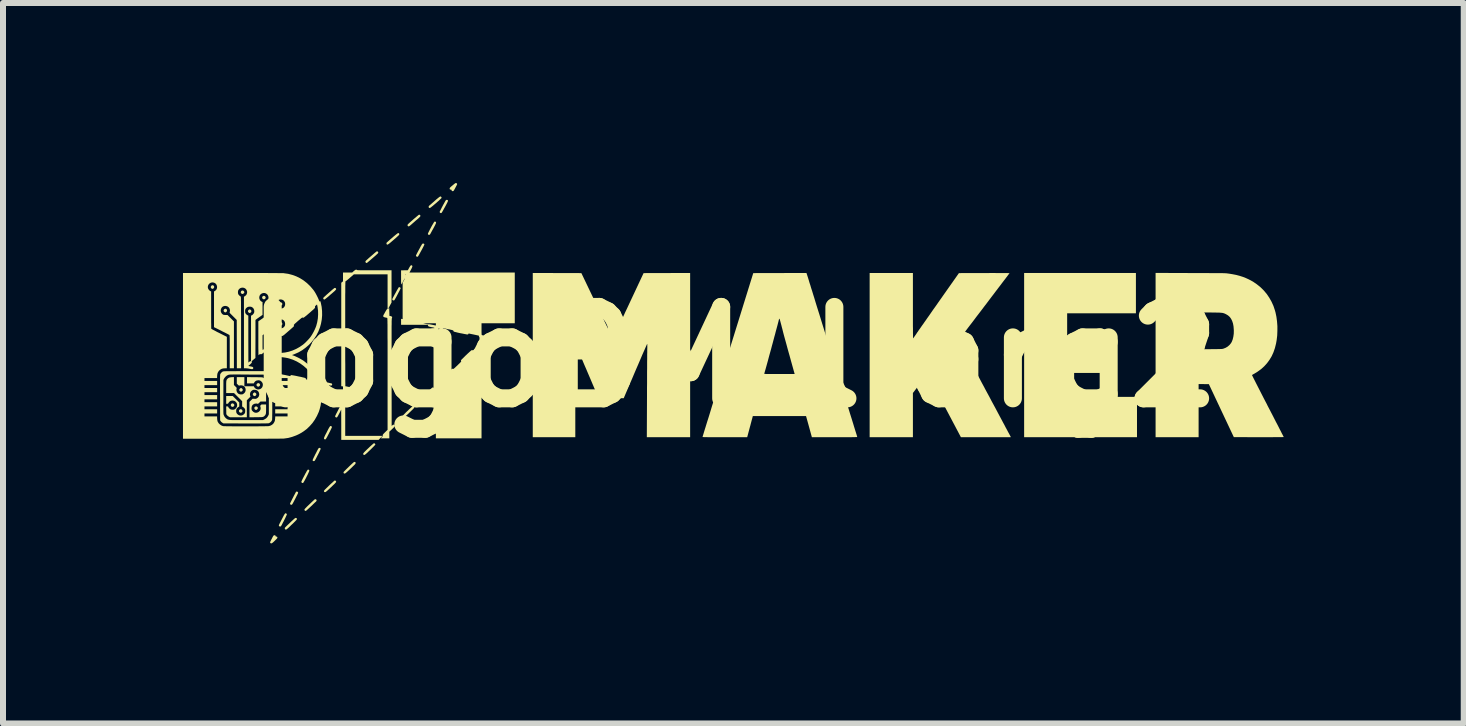
<source format=kicad_pcb>
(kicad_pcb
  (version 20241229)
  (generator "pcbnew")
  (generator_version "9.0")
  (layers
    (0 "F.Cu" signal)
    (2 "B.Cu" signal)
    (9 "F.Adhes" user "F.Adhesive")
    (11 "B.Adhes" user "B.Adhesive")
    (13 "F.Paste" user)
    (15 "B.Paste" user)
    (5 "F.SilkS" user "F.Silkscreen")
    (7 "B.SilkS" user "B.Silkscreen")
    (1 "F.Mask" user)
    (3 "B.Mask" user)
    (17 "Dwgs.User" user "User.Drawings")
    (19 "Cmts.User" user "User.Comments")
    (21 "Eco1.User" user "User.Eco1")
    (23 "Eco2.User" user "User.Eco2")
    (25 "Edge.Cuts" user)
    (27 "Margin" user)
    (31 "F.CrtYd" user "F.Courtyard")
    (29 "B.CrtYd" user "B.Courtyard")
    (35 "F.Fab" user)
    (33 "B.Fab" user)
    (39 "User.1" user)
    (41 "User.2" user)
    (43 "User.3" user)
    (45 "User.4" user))
  (footprint "logoBM_llarg2"
    (layer "F.Cu")
    (at 9.188 2.9)
    (property "Reference" "logoBM_llarg2" (at 0 0 0) (layer "F.SilkS") (effects (font (size 1.524 1.524) (thickness 0.3))))
    (attr board_only exclude_from_pos_files exclude_from_bom)
    (fp_poly (pts (xy 6.695 -0.728) (xy 5.549 -0.728) (xy 5.549 -0.355) (xy 6.38 -0.355) (xy 6.38 0.266) (xy 5.549 0.266) (xy 5.549 0.665) (xy 6.713 0.665) (xy 6.713 1.337) (xy 4.832 1.337) (xy 4.832 -1.4) (xy 6.695 -1.4)) (stroke (width 0) (type solid)) (fill yes) (layer "F.SilkS"))
    (fp_poly (pts (xy -8.353 0.775) (xy -8.342 0.783) (xy -8.334 0.793) (xy -8.332 0.802) (xy -8.335 0.813) (xy -8.337 0.816) (xy -8.346 0.827) (xy -8.358 0.832) (xy -8.373 0.83) (xy -8.374 0.829) (xy -8.385 0.821) (xy -8.391 0.81) (xy -8.391 0.797) (xy -8.386 0.785) (xy -8.379 0.778) (xy -8.366 0.773)) (stroke (width 0) (type solid)) (fill yes) (layer "F.SilkS"))
    (fp_poly (pts (xy -8.214 0.873) (xy -8.205 0.88) (xy -8.198 0.89) (xy -8.196 0.902) (xy -8.199 0.914) (xy -8.205 0.921) (xy -8.217 0.928) (xy -8.231 0.929) (xy -8.239 0.926) (xy -8.247 0.919) (xy -8.253 0.911) (xy -8.256 0.898) (xy -8.252 0.886) (xy -8.242 0.876) (xy -8.238 0.873) (xy -8.225 0.87)) (stroke (width 0) (type solid)) (fill yes) (layer "F.SilkS"))
    (fp_poly (pts (xy -8.07 -0.792) (xy -8.058 -0.784) (xy -8.055 -0.781) (xy -8.048 -0.769) (xy -8.048 -0.757) (xy -8.056 -0.744) (xy -8.058 -0.742) (xy -8.069 -0.734) (xy -8.079 -0.732) (xy -8.09 -0.738) (xy -8.094 -0.741) (xy -8.104 -0.753) (xy -8.106 -0.765) (xy -8.101 -0.777) (xy -8.094 -0.785) (xy -8.082 -0.792)) (stroke (width 0) (type solid)) (fill yes) (layer "F.SilkS"))
    (fp_poly (pts (xy -7.827 -1.016) (xy -7.819 -1.011) (xy -7.812 -0.999) (xy -7.81 -0.99) (xy -7.814 -0.977) (xy -7.819 -0.97) (xy -7.831 -0.962) (xy -7.84 -0.961) (xy -7.853 -0.964) (xy -7.86 -0.97) (xy -7.868 -0.982) (xy -7.869 -0.99) (xy -7.866 -1.003) (xy -7.86 -1.011) (xy -7.848 -1.018) (xy -7.84 -1.02)) (stroke (width 0) (type solid)) (fill yes) (layer "F.SilkS"))
    (fp_poly (pts (xy -8.688 -1.195) (xy -8.679 -1.19) (xy -8.672 -1.181) (xy -8.668 -1.17) (xy -8.669 -1.159) (xy -8.675 -1.148) (xy -8.679 -1.144) (xy -8.688 -1.137) (xy -8.696 -1.135) (xy -8.704 -1.137) (xy -8.708 -1.139) (xy -8.72 -1.148) (xy -8.725 -1.16) (xy -8.724 -1.173) (xy -8.717 -1.185) (xy -8.711 -1.191) (xy -8.699 -1.196)) (stroke (width 0) (type solid)) (fill yes) (layer "F.SilkS"))
    (fp_poly (pts (xy -8.474 -0.804) (xy -8.464 -0.798) (xy -8.458 -0.789) (xy -8.454 -0.778) (xy -8.455 -0.767) (xy -8.461 -0.756) (xy -8.464 -0.752) (xy -8.474 -0.745) (xy -8.481 -0.743) (xy -8.49 -0.745) (xy -8.494 -0.747) (xy -8.505 -0.757) (xy -8.511 -0.768) (xy -8.51 -0.781) (xy -8.503 -0.794) (xy -8.497 -0.799) (xy -8.485 -0.804)) (stroke (width 0) (type solid)) (fill yes) (layer "F.SilkS"))
    (fp_poly (pts (xy -8.211 0.52) (xy -8.202 0.528) (xy -8.195 0.537) (xy -8.191 0.547) (xy -8.191 0.548) (xy -8.194 0.559) (xy -8.202 0.569) (xy -8.212 0.576) (xy -8.223 0.578) (xy -8.228 0.577) (xy -8.24 0.57) (xy -8.248 0.559) (xy -8.25 0.548) (xy -8.247 0.537) (xy -8.239 0.527) (xy -8.229 0.52) (xy -8.22 0.517)) (stroke (width 0) (type solid)) (fill yes) (layer "F.SilkS"))
    (fp_poly (pts (xy -8.18 -1.103) (xy -8.17 -1.093) (xy -8.169 -1.091) (xy -8.165 -1.08) (xy -8.167 -1.071) (xy -8.175 -1.061) (xy -8.176 -1.06) (xy -8.188 -1.051) (xy -8.2 -1.05) (xy -8.213 -1.056) (xy -8.215 -1.058) (xy -8.224 -1.069) (xy -8.225 -1.082) (xy -8.22 -1.095) (xy -8.217 -1.099) (xy -8.205 -1.107) (xy -8.192 -1.108)) (stroke (width 0) (type solid)) (fill yes) (layer "F.SilkS"))
    (fp_poly (pts (xy -7.957 0.827) (xy -7.947 0.835) (xy -7.941 0.846) (xy -7.94 0.852) (xy -7.943 0.862) (xy -7.951 0.872) (xy -7.961 0.88) (xy -7.971 0.883) (xy -7.98 0.88) (xy -7.989 0.874) (xy -7.99 0.874) (xy -7.997 0.862) (xy -7.999 0.849) (xy -7.995 0.838) (xy -7.986 0.829) (xy -7.974 0.824) (xy -7.97 0.824)) (stroke (width 0) (type solid)) (fill yes) (layer "F.SilkS"))
    (fp_poly (pts (xy -7.551 -0.58) (xy -7.54 -0.572) (xy -7.533 -0.56) (xy -7.532 -0.547) (xy -7.533 -0.543) (xy -7.54 -0.533) (xy -7.548 -0.526) (xy -7.557 -0.522) (xy -7.564 -0.522) (xy -7.571 -0.524) (xy -7.574 -0.526) (xy -7.585 -0.535) (xy -7.59 -0.546) (xy -7.589 -0.559) (xy -7.583 -0.571) (xy -7.574 -0.578) (xy -7.565 -0.582) (xy -7.558 -0.582)) (stroke (width 0) (type solid)) (fill yes) (layer "F.SilkS"))
    (fp_poly (pts (xy -7.919 0.438) (xy -7.913 0.444) (xy -7.907 0.453) (xy -7.903 0.463) (xy -7.903 0.467) (xy -7.906 0.475) (xy -7.913 0.484) (xy -7.922 0.491) (xy -7.932 0.495) (xy -7.934 0.495) (xy -7.943 0.493) (xy -7.952 0.487) (xy -7.953 0.486) (xy -7.961 0.476) (xy -7.963 0.464) (xy -7.96 0.453) (xy -7.953 0.444) (xy -7.942 0.438) (xy -7.929 0.436)) (stroke (width 0) (type solid)) (fill yes) (layer "F.SilkS"))
    (fp_poly (pts (xy -7.552 -0.91) (xy -7.543 -0.904) (xy -7.542 -0.904) (xy -7.534 -0.893) (xy -7.532 -0.882) (xy -7.535 -0.871) (xy -7.542 -0.861) (xy -7.553 -0.855) (xy -7.566 -0.853) (xy -7.577 -0.856) (xy -7.582 -0.861) (xy -7.587 -0.87) (xy -7.591 -0.879) (xy -7.592 -0.885) (xy -7.589 -0.893) (xy -7.582 -0.901) (xy -7.572 -0.908) (xy -7.563 -0.912) (xy -7.561 -0.913)) (stroke (width 0) (type solid)) (fill yes) (layer "F.SilkS"))
    (fp_poly (pts (xy -7.988 0.593) (xy -7.979 0.599) (xy -7.977 0.601) (xy -7.968 0.61) (xy -7.965 0.62) (xy -7.965 0.623) (xy -7.968 0.633) (xy -7.975 0.643) (xy -7.977 0.644) (xy -7.986 0.651) (xy -7.993 0.653) (xy -8.002 0.651) (xy -8.005 0.65) (xy -8.015 0.643) (xy -8.022 0.631) (xy -8.025 0.621) (xy -8.022 0.613) (xy -8.015 0.603) (xy -8.006 0.595) (xy -7.997 0.591) (xy -7.996 0.591)) (stroke (width 0) (type solid)) (fill yes) (layer "F.SilkS"))
    (fp_poly (pts (xy -4.63 -2.897) (xy -4.622 -2.891) (xy -4.618 -2.883) (xy -4.618 -2.882) (xy -4.62 -2.877) (xy -4.624 -2.867) (xy -4.631 -2.853) (xy -4.639 -2.838) (xy -4.648 -2.821) (xy -4.657 -2.804) (xy -4.665 -2.79) (xy -4.671 -2.779) (xy -4.674 -2.774) (xy -4.684 -2.765) (xy -4.694 -2.763) (xy -4.704 -2.767) (xy -4.709 -2.773) (xy -4.713 -2.78) (xy -4.713 -2.785) (xy -4.714 -2.788) (xy -4.721 -2.789) (xy -4.721 -2.789) (xy -4.734 -2.791) (xy -4.742 -2.797) (xy -4.744 -2.807) (xy -4.74 -2.818) (xy -4.734 -2.826) (xy -4.718 -2.841) (xy -4.701 -2.855) (xy -4.684 -2.869) (xy -4.669 -2.882) (xy -4.655 -2.892) (xy -4.645 -2.898) (xy -4.64 -2.9)) (stroke (width 0) (type solid)) (fill yes) (layer "F.SilkS"))
    (fp_poly (pts (xy -7.088 1.882) (xy -7.083 1.891) (xy -7.082 1.896) (xy -7.084 1.902) (xy -7.089 1.914) (xy -7.096 1.93) (xy -7.105 1.95) (xy -7.115 1.971) (xy -7.127 1.994) (xy -7.138 2.017) (xy -7.15 2.039) (xy -7.16 2.058) (xy -7.17 2.075) (xy -7.177 2.088) (xy -7.182 2.095) (xy -7.183 2.096) (xy -7.192 2.101) (xy -7.199 2.101) (xy -7.207 2.096) (xy -7.213 2.089) (xy -7.215 2.082) (xy -7.214 2.076) (xy -7.209 2.065) (xy -7.202 2.049) (xy -7.193 2.03) (xy -7.182 2.009) (xy -7.17 1.986) (xy -7.158 1.964) (xy -7.147 1.942) (xy -7.135 1.922) (xy -7.126 1.904) (xy -7.117 1.891) (xy -7.111 1.882) (xy -7.109 1.879) (xy -7.098 1.877)) (stroke (width 0) (type solid)) (fill yes) (layer "F.SilkS"))
    (fp_poly (pts (xy -7.654 2.972) (xy -7.646 2.978) (xy -7.644 2.986) (xy -7.642 2.991) (xy -7.634 2.993) (xy -7.634 2.993) (xy -7.622 2.995) (xy -7.616 3.003) (xy -7.614 3.011) (xy -7.616 3.016) (xy -7.619 3.023) (xy -7.626 3.031) (xy -7.637 3.042) (xy -7.652 3.057) (xy -7.659 3.064) (xy -7.678 3.082) (xy -7.693 3.095) (xy -7.705 3.103) (xy -7.714 3.107) (xy -7.721 3.107) (xy -7.727 3.104) (xy -7.731 3.101) (xy -7.735 3.094) (xy -7.736 3.089) (xy -7.735 3.084) (xy -7.73 3.074) (xy -7.723 3.059) (xy -7.715 3.042) (xy -7.707 3.028) (xy -7.697 3.007) (xy -7.689 2.993) (xy -7.683 2.983) (xy -7.678 2.977) (xy -7.674 2.973) (xy -7.67 2.972) (xy -7.667 2.971)) (stroke (width 0) (type solid)) (fill yes) (layer "F.SilkS"))
    (fp_poly (pts (xy -6.721 1.151) (xy -6.716 1.154) (xy -6.715 1.154) (xy -6.708 1.161) (xy -6.706 1.168) (xy -6.707 1.174) (xy -6.712 1.185) (xy -6.719 1.2) (xy -6.728 1.219) (xy -6.738 1.24) (xy -6.75 1.262) (xy -6.761 1.285) (xy -6.773 1.307) (xy -6.783 1.327) (xy -6.793 1.345) (xy -6.801 1.358) (xy -6.806 1.367) (xy -6.808 1.37) (xy -6.819 1.374) (xy -6.83 1.371) (xy -6.833 1.369) (xy -6.836 1.366) (xy -6.838 1.361) (xy -6.837 1.354) (xy -6.835 1.343) (xy -6.83 1.33) (xy -6.822 1.312) (xy -6.811 1.29) (xy -6.796 1.262) (xy -6.789 1.248) (xy -6.774 1.218) (xy -6.762 1.195) (xy -6.752 1.178) (xy -6.744 1.165) (xy -6.737 1.156) (xy -6.731 1.151) (xy -6.726 1.15)) (stroke (width 0) (type solid)) (fill yes) (layer "F.SilkS"))
    (fp_poly (pts (xy -5.995 1.44) (xy -5.987 1.447) (xy -5.982 1.456) (xy -5.982 1.46) (xy -5.985 1.465) (xy -5.993 1.474) (xy -6.005 1.487) (xy -6.021 1.503) (xy -6.04 1.522) (xy -6.061 1.543) (xy -6.069 1.551) (xy -6.094 1.574) (xy -6.113 1.593) (xy -6.129 1.607) (xy -6.141 1.618) (xy -6.151 1.625) (xy -6.157 1.63) (xy -6.162 1.632) (xy -6.166 1.633) (xy -6.175 1.631) (xy -6.181 1.628) (xy -6.184 1.62) (xy -6.184 1.611) (xy -6.183 1.607) (xy -6.179 1.602) (xy -6.173 1.594) (xy -6.164 1.584) (xy -6.151 1.571) (xy -6.135 1.555) (xy -6.113 1.534) (xy -6.097 1.519) (xy -6.071 1.494) (xy -6.049 1.474) (xy -6.031 1.458) (xy -6.017 1.446) (xy -6.008 1.439) (xy -6.004 1.437)) (stroke (width 0) (type solid)) (fill yes) (layer "F.SilkS"))
    (fp_poly (pts (xy -7.286 2.244) (xy -7.277 2.248) (xy -7.271 2.254) (xy -7.27 2.257) (xy -7.269 2.26) (xy -7.27 2.265) (xy -7.272 2.272) (xy -7.276 2.281) (xy -7.282 2.294) (xy -7.291 2.311) (xy -7.302 2.333) (xy -7.315 2.359) (xy -7.328 2.384) (xy -7.34 2.407) (xy -7.35 2.426) (xy -7.359 2.442) (xy -7.366 2.453) (xy -7.37 2.459) (xy -7.37 2.46) (xy -7.381 2.464) (xy -7.392 2.462) (xy -7.398 2.458) (xy -7.403 2.45) (xy -7.404 2.445) (xy -7.402 2.44) (xy -7.398 2.43) (xy -7.391 2.416) (xy -7.382 2.398) (xy -7.372 2.378) (xy -7.361 2.356) (xy -7.349 2.333) (xy -7.338 2.311) (xy -7.327 2.291) (xy -7.318 2.274) (xy -7.311 2.26) (xy -7.305 2.25) (xy -7.303 2.247) (xy -7.296 2.243)) (stroke (width 0) (type solid)) (fill yes) (layer "F.SilkS"))
    (fp_poly (pts (xy -6.9 1.518) (xy -6.898 1.519) (xy -6.895 1.526) (xy -6.894 1.533) (xy -6.896 1.538) (xy -6.9 1.549) (xy -6.907 1.564) (xy -6.916 1.583) (xy -6.926 1.604) (xy -6.937 1.626) (xy -6.949 1.648) (xy -6.96 1.67) (xy -6.97 1.69) (xy -6.979 1.707) (xy -6.987 1.72) (xy -6.992 1.728) (xy -6.993 1.73) (xy -7.001 1.735) (xy -7.012 1.736) (xy -7.021 1.733) (xy -7.023 1.732) (xy -7.026 1.725) (xy -7.027 1.718) (xy -7.025 1.713) (xy -7.021 1.702) (xy -7.014 1.687) (xy -7.005 1.668) (xy -6.995 1.648) (xy -6.984 1.625) (xy -6.972 1.603) (xy -6.961 1.581) (xy -6.951 1.561) (xy -6.942 1.544) (xy -6.934 1.531) (xy -6.929 1.523) (xy -6.928 1.521) (xy -6.92 1.516) (xy -6.909 1.515)) (stroke (width 0) (type solid)) (fill yes) (layer "F.SilkS"))
    (fp_poly (pts (xy -5.572 -1.161) (xy -5.564 -1.155) (xy -5.56 -1.145) (xy -5.56 -1.145) (xy -5.562 -1.14) (xy -5.567 -1.13) (xy -5.574 -1.115) (xy -5.583 -1.097) (xy -5.594 -1.077) (xy -5.605 -1.055) (xy -5.617 -1.032) (xy -5.628 -1.011) (xy -5.639 -0.991) (xy -5.649 -0.973) (xy -5.657 -0.959) (xy -5.663 -0.95) (xy -5.665 -0.947) (xy -5.672 -0.942) (xy -5.682 -0.943) (xy -5.692 -0.947) (xy -5.696 -0.952) (xy -5.699 -0.958) (xy -5.7 -0.964) (xy -5.696 -0.972) (xy -5.696 -0.974) (xy -5.69 -0.985) (xy -5.683 -0.999) (xy -5.673 -1.017) (xy -5.662 -1.038) (xy -5.65 -1.059) (xy -5.638 -1.081) (xy -5.627 -1.102) (xy -5.616 -1.121) (xy -5.606 -1.138) (xy -5.599 -1.15) (xy -5.594 -1.159) (xy -5.592 -1.161) (xy -5.582 -1.164)) (stroke (width 0) (type solid)) (fill yes) (layer "F.SilkS"))
    (fp_poly (pts (xy -5.34 0.819) (xy -5.333 0.827) (xy -5.331 0.836) (xy -5.332 0.84) (xy -5.333 0.844) (xy -5.336 0.849) (xy -5.342 0.856) (xy -5.35 0.865) (xy -5.361 0.876) (xy -5.377 0.891) (xy -5.396 0.91) (xy -5.417 0.93) (xy -5.442 0.954) (xy -5.463 0.973) (xy -5.48 0.988) (xy -5.493 0.999) (xy -5.503 1.006) (xy -5.511 1.01) (xy -5.517 1.012) (xy -5.522 1.011) (xy -5.526 1.008) (xy -5.528 1.006) (xy -5.533 0.997) (xy -5.534 0.991) (xy -5.532 0.987) (xy -5.524 0.978) (xy -5.513 0.966) (xy -5.499 0.951) (xy -5.482 0.934) (xy -5.464 0.916) (xy -5.444 0.898) (xy -5.425 0.879) (xy -5.407 0.862) (xy -5.389 0.846) (xy -5.375 0.833) (xy -5.363 0.824) (xy -5.355 0.818) (xy -5.352 0.816)) (stroke (width 0) (type solid)) (fill yes) (layer "F.SilkS"))
    (fp_poly (pts (xy -5.175 -1.889) (xy -5.167 -1.883) (xy -5.165 -1.873) (xy -5.167 -1.868) (xy -5.172 -1.858) (xy -5.179 -1.843) (xy -5.188 -1.825) (xy -5.199 -1.804) (xy -5.211 -1.782) (xy -5.223 -1.76) (xy -5.235 -1.738) (xy -5.246 -1.718) (xy -5.256 -1.7) (xy -5.264 -1.686) (xy -5.27 -1.677) (xy -5.273 -1.673) (xy -5.284 -1.67) (xy -5.295 -1.673) (xy -5.299 -1.677) (xy -5.304 -1.685) (xy -5.305 -1.691) (xy -5.303 -1.695) (xy -5.298 -1.706) (xy -5.291 -1.721) (xy -5.281 -1.74) (xy -5.269 -1.762) (xy -5.256 -1.787) (xy -5.252 -1.794) (xy -5.237 -1.821) (xy -5.226 -1.843) (xy -5.216 -1.859) (xy -5.209 -1.872) (xy -5.203 -1.88) (xy -5.199 -1.885) (xy -5.195 -1.889) (xy -5.192 -1.89) (xy -5.189 -1.891) (xy -5.187 -1.891)) (stroke (width 0) (type solid)) (fill yes) (layer "F.SilkS"))
    (fp_poly (pts (xy -4.981 -2.255) (xy -4.976 -2.253) (xy -4.972 -2.249) (xy -4.97 -2.244) (xy -4.97 -2.237) (xy -4.973 -2.226) (xy -4.979 -2.213) (xy -4.988 -2.194) (xy -5 -2.171) (xy -5.015 -2.143) (xy -5.019 -2.135) (xy -5.033 -2.111) (xy -5.045 -2.089) (xy -5.055 -2.07) (xy -5.064 -2.054) (xy -5.07 -2.044) (xy -5.074 -2.039) (xy -5.074 -2.039) (xy -5.083 -2.036) (xy -5.093 -2.036) (xy -5.101 -2.04) (xy -5.101 -2.04) (xy -5.105 -2.047) (xy -5.106 -2.054) (xy -5.104 -2.06) (xy -5.099 -2.071) (xy -5.092 -2.086) (xy -5.082 -2.105) (xy -5.072 -2.126) (xy -5.06 -2.148) (xy -5.048 -2.171) (xy -5.036 -2.193) (xy -5.024 -2.213) (xy -5.014 -2.23) (xy -5.006 -2.244) (xy -5 -2.252) (xy -4.998 -2.255) (xy -4.988 -2.257)) (stroke (width 0) (type solid)) (fill yes) (layer "F.SilkS"))
    (fp_poly (pts (xy -7.471 2.607) (xy -7.468 2.608) (xy -7.46 2.615) (xy -7.456 2.622) (xy -7.458 2.627) (xy -7.462 2.638) (xy -7.469 2.653) (xy -7.477 2.671) (xy -7.487 2.692) (xy -7.498 2.714) (xy -7.509 2.736) (xy -7.521 2.758) (xy -7.531 2.778) (xy -7.54 2.796) (xy -7.548 2.809) (xy -7.553 2.818) (xy -7.555 2.82) (xy -7.564 2.826) (xy -7.575 2.826) (xy -7.584 2.82) (xy -7.587 2.817) (xy -7.589 2.814) (xy -7.59 2.81) (xy -7.59 2.806) (xy -7.588 2.8) (xy -7.584 2.79) (xy -7.578 2.777) (xy -7.569 2.76) (xy -7.557 2.737) (xy -7.554 2.731) (xy -7.537 2.698) (xy -7.523 2.671) (xy -7.512 2.649) (xy -7.503 2.633) (xy -7.495 2.621) (xy -7.489 2.612) (xy -7.484 2.607) (xy -7.48 2.605) (xy -7.476 2.605)) (stroke (width 0) (type solid)) (fill yes) (layer "F.SilkS"))
    (fp_poly (pts (xy -6.972 2.373) (xy -6.964 2.38) (xy -6.961 2.39) (xy -6.962 2.398) (xy -6.966 2.404) (xy -6.974 2.413) (xy -6.981 2.419) (xy -6.988 2.425) (xy -6.999 2.436) (xy -7.014 2.45) (xy -7.031 2.467) (xy -7.05 2.485) (xy -7.064 2.498) (xy -7.083 2.516) (xy -7.101 2.532) (xy -7.116 2.546) (xy -7.128 2.556) (xy -7.136 2.563) (xy -7.14 2.565) (xy -7.149 2.565) (xy -7.156 2.562) (xy -7.162 2.553) (xy -7.164 2.546) (xy -7.163 2.542) (xy -7.161 2.537) (xy -7.156 2.531) (xy -7.148 2.522) (xy -7.137 2.511) (xy -7.123 2.496) (xy -7.103 2.477) (xy -7.083 2.458) (xy -7.062 2.438) (xy -7.043 2.42) (xy -7.026 2.404) (xy -7.011 2.39) (xy -7.001 2.38) (xy -6.994 2.375) (xy -6.993 2.374) (xy -6.982 2.37)) (stroke (width 0) (type solid)) (fill yes) (layer "F.SilkS"))
    (fp_poly (pts (xy -6.643 -1.147) (xy -6.637 -1.138) (xy -6.635 -1.131) (xy -6.636 -1.127) (xy -6.638 -1.123) (xy -6.642 -1.118) (xy -6.649 -1.111) (xy -6.658 -1.101) (xy -6.672 -1.089) (xy -6.689 -1.074) (xy -6.712 -1.054) (xy -6.73 -1.039) (xy -6.752 -1.019) (xy -6.773 -1.001) (xy -6.792 -0.986) (xy -6.808 -0.973) (xy -6.82 -0.964) (xy -6.828 -0.958) (xy -6.831 -0.957) (xy -6.839 -0.959) (xy -6.843 -0.962) (xy -6.85 -0.971) (xy -6.85 -0.983) (xy -6.85 -0.985) (xy -6.846 -0.989) (xy -6.838 -0.997) (xy -6.826 -1.009) (xy -6.81 -1.023) (xy -6.793 -1.039) (xy -6.773 -1.056) (xy -6.753 -1.074) (xy -6.733 -1.091) (xy -6.714 -1.108) (xy -6.697 -1.123) (xy -6.682 -1.135) (xy -6.671 -1.144) (xy -6.664 -1.149) (xy -6.662 -1.15) (xy -6.652 -1.151)) (stroke (width 0) (type solid)) (fill yes) (layer "F.SilkS"))
    (fp_poly (pts (xy -5.014 0.509) (xy -5.006 0.516) (xy -5.003 0.525) (xy -5.004 0.53) (xy -5.007 0.535) (xy -5.015 0.544) (xy -5.028 0.557) (xy -5.044 0.574) (xy -5.064 0.593) (xy -5.086 0.615) (xy -5.092 0.62) (xy -5.117 0.644) (xy -5.138 0.663) (xy -5.154 0.678) (xy -5.167 0.689) (xy -5.177 0.697) (xy -5.185 0.701) (xy -5.191 0.702) (xy -5.195 0.702) (xy -5.2 0.699) (xy -5.201 0.698) (xy -5.204 0.691) (xy -5.206 0.681) (xy -5.205 0.678) (xy -5.203 0.674) (xy -5.2 0.668) (xy -5.194 0.661) (xy -5.185 0.651) (xy -5.172 0.639) (xy -5.156 0.623) (xy -5.135 0.603) (xy -5.12 0.589) (xy -5.094 0.564) (xy -5.072 0.544) (xy -5.055 0.529) (xy -5.042 0.518) (xy -5.032 0.511) (xy -5.026 0.507) (xy -5.025 0.507)) (stroke (width 0) (type solid)) (fill yes) (layer "F.SilkS"))
    (fp_poly (pts (xy -6.643 2.064) (xy -6.637 2.073) (xy -6.635 2.08) (xy -6.636 2.083) (xy -6.638 2.088) (xy -6.643 2.094) (xy -6.651 2.102) (xy -6.661 2.114) (xy -6.676 2.128) (xy -6.695 2.146) (xy -6.718 2.169) (xy -6.721 2.171) (xy -6.745 2.194) (xy -6.766 2.213) (xy -6.781 2.227) (xy -6.794 2.238) (xy -6.803 2.245) (xy -6.81 2.25) (xy -6.815 2.252) (xy -6.818 2.253) (xy -6.827 2.252) (xy -6.834 2.249) (xy -6.837 2.242) (xy -6.839 2.235) (xy -6.838 2.231) (xy -6.835 2.226) (xy -6.83 2.22) (xy -6.822 2.21) (xy -6.81 2.199) (xy -6.794 2.183) (xy -6.774 2.164) (xy -6.754 2.144) (xy -6.733 2.124) (xy -6.713 2.106) (xy -6.695 2.09) (xy -6.681 2.076) (xy -6.67 2.067) (xy -6.663 2.061) (xy -6.661 2.06) (xy -6.652 2.059)) (stroke (width 0) (type solid)) (fill yes) (layer "F.SilkS"))
    (fp_poly (pts (xy -4.789 -2.619) (xy -4.779 -2.617) (xy -4.774 -2.612) (xy -4.772 -2.608) (xy -4.771 -2.604) (xy -4.772 -2.6) (xy -4.774 -2.593) (xy -4.778 -2.584) (xy -4.784 -2.571) (xy -4.793 -2.554) (xy -4.804 -2.532) (xy -4.819 -2.505) (xy -4.819 -2.504) (xy -4.833 -2.48) (xy -4.845 -2.458) (xy -4.856 -2.438) (xy -4.865 -2.422) (xy -4.872 -2.411) (xy -4.875 -2.405) (xy -4.876 -2.404) (xy -4.885 -2.399) (xy -4.896 -2.399) (xy -4.904 -2.405) (xy -4.909 -2.413) (xy -4.91 -2.418) (xy -4.908 -2.423) (xy -4.904 -2.433) (xy -4.896 -2.447) (xy -4.887 -2.465) (xy -4.877 -2.486) (xy -4.865 -2.508) (xy -4.854 -2.53) (xy -4.842 -2.551) (xy -4.831 -2.571) (xy -4.822 -2.588) (xy -4.814 -2.601) (xy -4.811 -2.606) (xy -4.805 -2.615) (xy -4.799 -2.618) (xy -4.791 -2.619)) (stroke (width 0) (type solid)) (fill yes) (layer "F.SilkS"))
    (fp_poly (pts (xy -7.297 2.685) (xy -7.291 2.692) (xy -7.289 2.701) (xy -7.29 2.704) (xy -7.291 2.707) (xy -7.293 2.71) (xy -7.297 2.716) (xy -7.303 2.722) (xy -7.311 2.731) (xy -7.323 2.743) (xy -7.338 2.758) (xy -7.357 2.777) (xy -7.381 2.799) (xy -7.409 2.827) (xy -7.409 2.827) (xy -7.429 2.846) (xy -7.444 2.859) (xy -7.456 2.869) (xy -7.465 2.875) (xy -7.471 2.877) (xy -7.477 2.877) (xy -7.482 2.874) (xy -7.485 2.871) (xy -7.492 2.86) (xy -7.491 2.85) (xy -7.484 2.84) (xy -7.479 2.835) (xy -7.47 2.826) (xy -7.457 2.813) (xy -7.441 2.798) (xy -7.422 2.78) (xy -7.402 2.761) (xy -7.398 2.757) (xy -7.374 2.734) (xy -7.355 2.717) (xy -7.341 2.704) (xy -7.33 2.694) (xy -7.321 2.688) (xy -7.315 2.684) (xy -7.31 2.682) (xy -7.309 2.682)) (stroke (width 0) (type solid)) (fill yes) (layer "F.SilkS"))
    (fp_poly (pts (xy -5.941 -1.756) (xy -5.935 -1.748) (xy -5.933 -1.74) (xy -5.934 -1.736) (xy -5.937 -1.731) (xy -5.942 -1.724) (xy -5.951 -1.716) (xy -5.964 -1.704) (xy -5.981 -1.688) (xy -5.986 -1.684) (xy -6.018 -1.656) (xy -6.045 -1.633) (xy -6.068 -1.613) (xy -6.086 -1.598) (xy -6.1 -1.586) (xy -6.111 -1.577) (xy -6.118 -1.571) (xy -6.123 -1.568) (xy -6.126 -1.567) (xy -6.127 -1.566) (xy -6.133 -1.568) (xy -6.14 -1.572) (xy -6.146 -1.581) (xy -6.148 -1.589) (xy -6.147 -1.592) (xy -6.145 -1.596) (xy -6.141 -1.602) (xy -6.135 -1.609) (xy -6.125 -1.618) (xy -6.111 -1.63) (xy -6.094 -1.646) (xy -6.071 -1.666) (xy -6.057 -1.678) (xy -6.035 -1.697) (xy -6.014 -1.715) (xy -5.996 -1.731) (xy -5.98 -1.744) (xy -5.969 -1.753) (xy -5.961 -1.759) (xy -5.959 -1.76) (xy -5.95 -1.761)) (stroke (width 0) (type solid)) (fill yes) (layer "F.SilkS"))
    (fp_poly (pts (xy -5.59 -2.063) (xy -5.584 -2.055) (xy -5.583 -2.044) (xy -5.584 -2.04) (xy -5.587 -2.035) (xy -5.592 -2.029) (xy -5.6 -2.021) (xy -5.612 -2.01) (xy -5.627 -1.996) (xy -5.647 -1.978) (xy -5.672 -1.957) (xy -5.676 -1.953) (xy -5.703 -1.93) (xy -5.725 -1.911) (xy -5.742 -1.897) (xy -5.756 -1.886) (xy -5.767 -1.879) (xy -5.775 -1.874) (xy -5.781 -1.873) (xy -5.786 -1.873) (xy -5.79 -1.876) (xy -5.792 -1.878) (xy -5.796 -1.885) (xy -5.797 -1.895) (xy -5.794 -1.904) (xy -5.794 -1.905) (xy -5.791 -1.908) (xy -5.782 -1.916) (xy -5.77 -1.927) (xy -5.754 -1.941) (xy -5.735 -1.958) (xy -5.714 -1.976) (xy -5.701 -1.987) (xy -5.675 -2.01) (xy -5.653 -2.028) (xy -5.636 -2.042) (xy -5.623 -2.052) (xy -5.613 -2.059) (xy -5.606 -2.064) (xy -5.602 -2.065) (xy -5.601 -2.065)) (stroke (width 0) (type solid)) (fill yes) (layer "F.SilkS"))
    (fp_poly (pts (xy -4.891 -2.675) (xy -4.887 -2.672) (xy -4.883 -2.667) (xy -4.882 -2.666) (xy -4.878 -2.658) (xy -4.879 -2.651) (xy -4.881 -2.647) (xy -4.885 -2.643) (xy -4.894 -2.634) (xy -4.907 -2.622) (xy -4.923 -2.606) (xy -4.943 -2.589) (xy -4.964 -2.57) (xy -4.976 -2.56) (xy -5.002 -2.538) (xy -5.023 -2.52) (xy -5.041 -2.506) (xy -5.054 -2.495) (xy -5.064 -2.488) (xy -5.072 -2.485) (xy -5.078 -2.483) (xy -5.083 -2.484) (xy -5.087 -2.487) (xy -5.089 -2.489) (xy -5.094 -2.498) (xy -5.093 -2.51) (xy -5.084 -2.522) (xy -5.081 -2.525) (xy -5.075 -2.53) (xy -5.063 -2.54) (xy -5.048 -2.553) (xy -5.03 -2.569) (xy -5.01 -2.586) (xy -4.989 -2.605) (xy -4.988 -2.606) (xy -4.963 -2.628) (xy -4.942 -2.645) (xy -4.926 -2.658) (xy -4.914 -2.667) (xy -4.904 -2.673) (xy -4.897 -2.675)) (stroke (width 0) (type solid)) (fill yes) (layer "F.SilkS"))
    (fp_poly (pts (xy -6.319 1.751) (xy -6.313 1.756) (xy -6.31 1.764) (xy -6.31 1.767) (xy -6.311 1.771) (xy -6.312 1.775) (xy -6.315 1.78) (xy -6.32 1.787) (xy -6.327 1.795) (xy -6.338 1.806) (xy -6.353 1.82) (xy -6.372 1.839) (xy -6.395 1.861) (xy -6.396 1.862) (xy -6.42 1.885) (xy -6.44 1.903) (xy -6.455 1.917) (xy -6.467 1.927) (xy -6.476 1.935) (xy -6.483 1.939) (xy -6.488 1.942) (xy -6.492 1.943) (xy -6.494 1.943) (xy -6.505 1.941) (xy -6.51 1.936) (xy -6.512 1.926) (xy -6.512 1.92) (xy -6.509 1.915) (xy -6.501 1.907) (xy -6.49 1.895) (xy -6.475 1.88) (xy -6.458 1.863) (xy -6.44 1.846) (xy -6.421 1.827) (xy -6.402 1.809) (xy -6.384 1.792) (xy -6.368 1.777) (xy -6.354 1.764) (xy -6.343 1.755) (xy -6.337 1.75) (xy -6.336 1.75) (xy -6.325 1.749)) (stroke (width 0) (type solid)) (fill yes) (layer "F.SilkS"))
    (fp_poly (pts (xy -5.241 -2.369) (xy -5.234 -2.364) (xy -5.232 -2.356) (xy -5.231 -2.352) (xy -5.232 -2.348) (xy -5.233 -2.344) (xy -5.236 -2.339) (xy -5.241 -2.333) (xy -5.248 -2.326) (xy -5.259 -2.315) (xy -5.274 -2.302) (xy -5.294 -2.285) (xy -5.314 -2.268) (xy -5.341 -2.244) (xy -5.364 -2.224) (xy -5.382 -2.208) (xy -5.396 -2.196) (xy -5.407 -2.187) (xy -5.416 -2.181) (xy -5.421 -2.178) (xy -5.426 -2.176) (xy -5.429 -2.176) (xy -5.432 -2.178) (xy -5.435 -2.18) (xy -5.438 -2.182) (xy -5.445 -2.191) (xy -5.446 -2.198) (xy -5.445 -2.202) (xy -5.443 -2.206) (xy -5.439 -2.211) (xy -5.432 -2.219) (xy -5.422 -2.228) (xy -5.408 -2.241) (xy -5.39 -2.257) (xy -5.367 -2.277) (xy -5.355 -2.288) (xy -5.333 -2.307) (xy -5.312 -2.324) (xy -5.294 -2.34) (xy -5.278 -2.353) (xy -5.266 -2.363) (xy -5.259 -2.368) (xy -5.257 -2.37) (xy -5.247 -2.371)) (stroke (width 0) (type solid)) (fill yes) (layer "F.SilkS"))
    (fp_poly (pts (xy -0.735 1.337) (xy -1.457 1.337) (xy -1.454 0.655) (xy -1.454 0.583) (xy -1.454 0.512) (xy -1.453 0.442) (xy -1.453 0.375) (xy -1.453 0.31) (xy -1.453 0.247) (xy -1.452 0.188) (xy -1.452 0.133) (xy -1.452 0.081) (xy -1.451 0.034) (xy -1.451 -0.007) (xy -1.451 -0.044) (xy -1.45 -0.074) (xy -1.45 -0.099) (xy -1.45 -0.116) (xy -1.45 -0.123) (xy -1.449 -0.15) (xy -1.449 -0.173) (xy -1.449 -0.193) (xy -1.449 -0.207) (xy -1.45 -0.216) (xy -1.451 -0.218) (xy -1.452 -0.215) (xy -1.457 -0.207) (xy -1.463 -0.193) (xy -1.472 -0.173) (xy -1.483 -0.148) (xy -1.497 -0.116) (xy -1.514 -0.078) (xy -1.533 -0.035) (xy -1.554 0.015) (xy -1.578 0.071) (xy -1.605 0.134) (xy -1.635 0.203) (xy -1.667 0.278) (xy -1.702 0.361) (xy -1.736 0.439) (xy -1.842 0.687) (xy -2.051 0.687) (xy -2.26 0.687) (xy -2.355 0.466) (xy -2.374 0.421) (xy -2.396 0.369) (xy -2.419 0.315) (xy -2.444 0.257) (xy -2.468 0.2) (xy -2.493 0.143) (xy -2.516 0.089) (xy -2.537 0.038) (xy -2.548 0.014) (xy -2.568 -0.033) (xy -2.585 -0.074) (xy -2.6 -0.108) (xy -2.613 -0.138) (xy -2.623 -0.161) (xy -2.632 -0.18) (xy -2.639 -0.195) (xy -2.645 -0.206) (xy -2.649 -0.213) (xy -2.651 -0.217) (xy -2.653 -0.218) (xy -2.658 -0.216) (xy -2.659 -0.21) (xy -2.658 -0.208) (xy -2.658 -0.202) (xy -2.657 -0.19) (xy -2.657 -0.171) (xy -2.657 -0.145) (xy -2.656 -0.115) (xy -2.656 -0.079) (xy -2.655 -0.039) (xy -2.655 0.006) (xy -2.654 0.055) (xy -2.654 0.106) (xy -2.653 0.161) (xy -2.653 0.218) (xy -2.652 0.277) (xy -2.652 0.337) (xy -2.651 0.399) (xy -2.651 0.461) (xy -2.651 0.523) (xy -2.65 0.585) (xy -2.65 0.647) (xy -2.65 0.707) (xy -2.649 0.765) (xy -2.649 0.821) (xy -2.649 0.875) (xy -2.649 0.925) (xy -2.649 0.972) (xy -2.649 0.989) (xy -2.649 1.337) (xy -3.358 1.337) (xy -3.358 -1.4) (xy -2.953 -1.399) (xy -2.548 -1.398) (xy -2.289 -0.857) (xy -2.254 -0.785) (xy -2.222 -0.717) (xy -2.191 -0.653) (xy -2.163 -0.595) (xy -2.137 -0.541) (xy -2.114 -0.493) (xy -2.093 -0.45) (xy -2.074 -0.413) (xy -2.059 -0.381) (xy -2.046 -0.356) (xy -2.036 -0.336) (xy -2.029 -0.323) (xy -2.025 -0.316) (xy -2.024 -0.315) (xy -2.023 -0.316) (xy -2.019 -0.322) (xy -2.014 -0.331) (xy -2.008 -0.344) (xy -1.999 -0.361) (xy -1.988 -0.383) (xy -1.975 -0.41) (xy -1.96 -0.441) (xy -1.943 -0.478) (xy -1.923 -0.52) (xy -1.9 -0.568) (xy -1.875 -0.621) (xy -1.847 -0.68) (xy -1.817 -0.746) (xy -1.783 -0.817) (xy -1.765 -0.856) (xy -1.511 -1.398) (xy -1.123 -1.399) (xy -0.735 -1.4)) (stroke (width 0) (type solid)) (fill yes) (layer "F.SilkS"))
    (fp_poly (pts (xy 7.604 -1.399) (xy 7.681 -1.399) (xy 7.751 -1.399) (xy 7.814 -1.399) (xy 7.87 -1.399) (xy 7.921 -1.398) (xy 7.967 -1.398) (xy 8.007 -1.398) (xy 8.042 -1.398) (xy 8.073 -1.398) (xy 8.1 -1.397) (xy 8.123 -1.397) (xy 8.144 -1.397) (xy 8.161 -1.396) (xy 8.175 -1.396) (xy 8.188 -1.395) (xy 8.198 -1.395) (xy 8.208 -1.394) (xy 8.216 -1.393) (xy 8.223 -1.392) (xy 8.231 -1.391) (xy 8.238 -1.39) (xy 8.241 -1.39) (xy 8.308 -1.379) (xy 8.369 -1.367) (xy 8.425 -1.352) (xy 8.478 -1.335) (xy 8.529 -1.315) (xy 8.577 -1.293) (xy 8.646 -1.256) (xy 8.71 -1.212) (xy 8.77 -1.164) (xy 8.825 -1.11) (xy 8.874 -1.052) (xy 8.917 -0.989) (xy 8.955 -0.922) (xy 8.987 -0.852) (xy 9.012 -0.777) (xy 9.022 -0.741) (xy 9.037 -0.669) (xy 9.047 -0.593) (xy 9.053 -0.515) (xy 9.053 -0.436) (xy 9.05 -0.358) (xy 9.041 -0.282) (xy 9.031 -0.225) (xy 9.012 -0.149) (xy 8.988 -0.079) (xy 8.958 -0.013) (xy 8.922 0.047) (xy 8.881 0.103) (xy 8.834 0.155) (xy 8.782 0.202) (xy 8.723 0.245) (xy 8.681 0.271) (xy 8.664 0.281) (xy 8.649 0.289) (xy 8.638 0.296) (xy 8.631 0.3) (xy 8.63 0.3) (xy 8.631 0.303) (xy 8.635 0.313) (xy 8.643 0.328) (xy 8.653 0.349) (xy 8.666 0.375) (xy 8.682 0.406) (xy 8.7 0.442) (xy 8.72 0.481) (xy 8.742 0.524) (xy 8.766 0.571) (xy 8.791 0.62) (xy 8.818 0.673) (xy 8.846 0.727) (xy 8.876 0.784) (xy 8.892 0.817) (xy 8.922 0.874) (xy 8.951 0.93) (xy 8.979 0.984) (xy 9.005 1.035) (xy 9.03 1.084) (xy 9.054 1.129) (xy 9.075 1.17) (xy 9.094 1.208) (xy 9.112 1.242) (xy 9.126 1.271) (xy 9.139 1.295) (xy 9.148 1.313) (xy 9.155 1.326) (xy 9.158 1.333) (xy 9.159 1.335) (xy 9.155 1.335) (xy 9.145 1.335) (xy 9.128 1.336) (xy 9.105 1.336) (xy 9.076 1.336) (xy 9.043 1.336) (xy 9.004 1.336) (xy 8.962 1.337) (xy 8.916 1.337) (xy 8.867 1.337) (xy 8.815 1.337) (xy 8.761 1.337) (xy 8.743 1.337) (xy 8.327 1.336) (xy 7.911 0.453) (xy 7.826 0.452) (xy 7.74 0.451) (xy 7.74 1.337) (xy 7.023 1.337) (xy 7.023 -0.743) (xy 7.74 -0.743) (xy 7.74 -0.129) (xy 7.935 -0.13) (xy 7.979 -0.131) (xy 8.015 -0.131) (xy 8.046 -0.131) (xy 8.072 -0.132) (xy 8.092 -0.132) (xy 8.109 -0.133) (xy 8.122 -0.133) (xy 8.132 -0.134) (xy 8.14 -0.135) (xy 8.146 -0.137) (xy 8.152 -0.138) (xy 8.152 -0.138) (xy 8.19 -0.153) (xy 8.224 -0.173) (xy 8.254 -0.199) (xy 8.278 -0.228) (xy 8.292 -0.251) (xy 8.308 -0.292) (xy 8.319 -0.338) (xy 8.326 -0.389) (xy 8.327 -0.444) (xy 8.326 -0.458) (xy 8.322 -0.511) (xy 8.313 -0.559) (xy 8.299 -0.601) (xy 8.281 -0.637) (xy 8.258 -0.668) (xy 8.23 -0.693) (xy 8.198 -0.712) (xy 8.196 -0.713) (xy 8.184 -0.719) (xy 8.173 -0.724) (xy 8.163 -0.728) (xy 8.152 -0.731) (xy 8.141 -0.734) (xy 8.127 -0.736) (xy 8.111 -0.737) (xy 8.092 -0.739) (xy 8.069 -0.74) (xy 8.042 -0.74) (xy 8.009 -0.741) (xy 7.97 -0.741) (xy 7.928 -0.742) (xy 7.74 -0.743) (xy 7.023 -0.743) (xy 7.023 -1.401)) (stroke (width 0) (type solid)) (fill yes) (layer "F.SilkS"))
    (fp_poly (pts (xy 2.978 -0.855) (xy 2.978 -0.792) (xy 2.978 -0.732) (xy 2.978 -0.673) (xy 2.978 -0.618) (xy 2.978 -0.566) (xy 2.978 -0.517) (xy 2.979 -0.473) (xy 2.979 -0.433) (xy 2.979 -0.398) (xy 2.98 -0.368) (xy 2.98 -0.344) (xy 2.98 -0.326) (xy 2.981 -0.315) (xy 2.981 -0.31) (xy 2.981 -0.31) (xy 2.984 -0.313) (xy 2.99 -0.321) (xy 2.999 -0.334) (xy 3.01 -0.349) (xy 3.022 -0.367) (xy 3.029 -0.376) (xy 3.036 -0.387) (xy 3.043 -0.398) (xy 3.051 -0.41) (xy 3.061 -0.423) (xy 3.071 -0.439) (xy 3.083 -0.456) (xy 3.097 -0.475) (xy 3.112 -0.497) (xy 3.129 -0.522) (xy 3.149 -0.549) (xy 3.17 -0.58) (xy 3.195 -0.615) (xy 3.222 -0.654) (xy 3.252 -0.696) (xy 3.285 -0.744) (xy 3.321 -0.796) (xy 3.362 -0.853) (xy 3.405 -0.915) (xy 3.453 -0.983) (xy 3.481 -1.023) (xy 3.745 -1.398) (xy 4.167 -1.399) (xy 4.24 -1.399) (xy 4.306 -1.4) (xy 4.366 -1.399) (xy 4.418 -1.399) (xy 4.464 -1.399) (xy 4.502 -1.399) (xy 4.534 -1.399) (xy 4.558 -1.398) (xy 4.575 -1.398) (xy 4.585 -1.397) (xy 4.588 -1.397) (xy 4.586 -1.393) (xy 4.579 -1.384) (xy 4.568 -1.37) (xy 4.554 -1.351) (xy 4.536 -1.327) (xy 4.515 -1.299) (xy 4.49 -1.267) (xy 4.462 -1.23) (xy 4.432 -1.19) (xy 4.399 -1.147) (xy 4.364 -1.101) (xy 4.327 -1.052) (xy 4.288 -1.001) (xy 4.248 -0.948) (xy 4.206 -0.892) (xy 4.166 -0.84) (xy 4.123 -0.783) (xy 4.081 -0.728) (xy 4.04 -0.675) (xy 4.002 -0.624) (xy 3.965 -0.575) (xy 3.93 -0.53) (xy 3.897 -0.487) (xy 3.867 -0.447) (xy 3.84 -0.411) (xy 3.816 -0.379) (xy 3.795 -0.351) (xy 3.777 -0.328) (xy 3.763 -0.309) (xy 3.753 -0.295) (xy 3.747 -0.287) (xy 3.745 -0.284) (xy 3.747 -0.281) (xy 3.752 -0.271) (xy 3.76 -0.255) (xy 3.772 -0.234) (xy 3.786 -0.207) (xy 3.803 -0.176) (xy 3.823 -0.139) (xy 3.845 -0.098) (xy 3.869 -0.052) (xy 3.895 -0.003) (xy 3.924 0.051) (xy 3.954 0.107) (xy 3.986 0.167) (xy 4.02 0.23) (xy 4.055 0.296) (xy 4.091 0.363) (xy 4.128 0.433) (xy 4.167 0.505) (xy 4.178 0.527) (xy 4.217 0.599) (xy 4.255 0.669) (xy 4.291 0.738) (xy 4.327 0.804) (xy 4.361 0.867) (xy 4.393 0.928) (xy 4.424 0.986) (xy 4.453 1.04) (xy 4.48 1.091) (xy 4.505 1.137) (xy 4.527 1.18) (xy 4.548 1.218) (xy 4.565 1.251) (xy 4.581 1.279) (xy 4.593 1.302) (xy 4.602 1.319) (xy 4.608 1.331) (xy 4.611 1.336) (xy 4.611 1.336) (xy 4.607 1.336) (xy 4.597 1.337) (xy 4.58 1.337) (xy 4.557 1.337) (xy 4.528 1.337) (xy 4.495 1.337) (xy 4.456 1.337) (xy 4.414 1.337) (xy 4.368 1.337) (xy 4.319 1.337) (xy 4.267 1.337) (xy 4.213 1.337) (xy 4.194 1.337) (xy 3.778 1.337) (xy 3.501 0.813) (xy 3.47 0.755) (xy 3.44 0.699) (xy 3.411 0.645) (xy 3.384 0.593) (xy 3.358 0.544) (xy 3.334 0.499) (xy 3.311 0.457) (xy 3.291 0.419) (xy 3.273 0.385) (xy 3.257 0.356) (xy 3.244 0.331) (xy 3.233 0.312) (xy 3.226 0.299) (xy 3.221 0.291) (xy 3.22 0.289) (xy 3.217 0.292) (xy 3.21 0.301) (xy 3.2 0.314) (xy 3.186 0.331) (xy 3.169 0.352) (xy 3.151 0.377) (xy 3.13 0.403) (xy 3.108 0.432) (xy 3.097 0.445) (xy 2.978 0.6) (xy 2.978 1.337) (xy 2.257 1.337) (xy 2.257 -1.4) (xy 2.978 -1.4)) (stroke (width 0) (type solid)) (fill yes) (layer "F.SilkS"))
    (fp_poly (pts (xy 1.211 -1.377) (xy 1.214 -1.37) (xy 1.218 -1.356) (xy 1.225 -1.335) (xy 1.233 -1.309) (xy 1.243 -1.277) (xy 1.254 -1.239) (xy 1.268 -1.197) (xy 1.282 -1.149) (xy 1.299 -1.097) (xy 1.316 -1.041) (xy 1.335 -0.981) (xy 1.354 -0.917) (xy 1.375 -0.849) (xy 1.397 -0.779) (xy 1.42 -0.706) (xy 1.443 -0.631) (xy 1.467 -0.553) (xy 1.492 -0.473) (xy 1.517 -0.392) (xy 1.543 -0.309) (xy 1.568 -0.226) (xy 1.595 -0.142) (xy 1.621 -0.057) (xy 1.647 0.028) (xy 1.673 0.112) (xy 1.699 0.196) (xy 1.725 0.28) (xy 1.751 0.362) (xy 1.776 0.443) (xy 1.8 0.522) (xy 1.824 0.6) (xy 1.847 0.675) (xy 1.87 0.747) (xy 1.891 0.817) (xy 1.912 0.884) (xy 1.931 0.947) (xy 1.95 1.007) (xy 1.967 1.062) (xy 1.983 1.113) (xy 1.997 1.16) (xy 2.01 1.202) (xy 2.021 1.238) (xy 2.031 1.269) (xy 2.039 1.295) (xy 2.045 1.314) (xy 2.048 1.327) (xy 2.05 1.333) (xy 2.05 1.333) (xy 2.048 1.334) (xy 2.039 1.335) (xy 2.025 1.335) (xy 2.005 1.336) (xy 1.979 1.336) (xy 1.946 1.337) (xy 1.907 1.337) (xy 1.861 1.337) (xy 1.808 1.337) (xy 1.748 1.337) (xy 1.681 1.337) (xy 1.672 1.337) (xy 1.294 1.337) (xy 1.24 1.14) (xy 1.185 0.942) (xy 0.322 0.942) (xy 0.317 0.96) (xy 0.315 0.967) (xy 0.311 0.98) (xy 0.306 0.999) (xy 0.3 1.023) (xy 0.292 1.051) (xy 0.284 1.082) (xy 0.275 1.116) (xy 0.266 1.151) (xy 0.264 1.157) (xy 0.216 1.337) (xy -0.156 1.337) (xy -0.219 1.337) (xy -0.275 1.337) (xy -0.324 1.337) (xy -0.367 1.337) (xy -0.403 1.337) (xy -0.435 1.337) (xy -0.461 1.336) (xy -0.482 1.336) (xy -0.499 1.336) (xy -0.511 1.335) (xy -0.52 1.335) (xy -0.526 1.334) (xy -0.528 1.333) (xy -0.528 1.333) (xy -0.527 1.329) (xy -0.524 1.318) (xy -0.519 1.301) (xy -0.512 1.278) (xy -0.503 1.248) (xy -0.492 1.212) (xy -0.479 1.171) (xy -0.465 1.125) (xy -0.449 1.073) (xy -0.431 1.017) (xy -0.412 0.956) (xy -0.392 0.89) (xy -0.371 0.82) (xy -0.348 0.747) (xy -0.324 0.67) (xy -0.299 0.589) (xy -0.273 0.505) (xy -0.246 0.418) (xy -0.218 0.329) (xy -0.203 0.279) (xy 0.5 0.279) (xy 0.501 0.28) (xy 0.504 0.281) (xy 0.508 0.282) (xy 0.515 0.283) (xy 0.525 0.283) (xy 0.539 0.284) (xy 0.556 0.284) (xy 0.579 0.284) (xy 0.606 0.284) (xy 0.639 0.284) (xy 0.678 0.284) (xy 0.723 0.284) (xy 0.753 0.284) (xy 1.007 0.284) (xy 0.943 0.054) (xy 0.923 -0.019) (xy 0.904 -0.086) (xy 0.887 -0.147) (xy 0.872 -0.203) (xy 0.858 -0.254) (xy 0.845 -0.301) (xy 0.833 -0.344) (xy 0.822 -0.385) (xy 0.812 -0.424) (xy 0.803 -0.461) (xy 0.793 -0.498) (xy 0.787 -0.523) (xy 0.777 -0.56) (xy 0.769 -0.59) (xy 0.763 -0.612) (xy 0.758 -0.628) (xy 0.754 -0.637) (xy 0.753 -0.638) (xy 0.749 -0.636) (xy 0.746 -0.628) (xy 0.742 -0.613) (xy 0.741 -0.61) (xy 0.739 -0.6) (xy 0.735 -0.584) (xy 0.729 -0.562) (xy 0.722 -0.534) (xy 0.713 -0.501) (xy 0.703 -0.464) (xy 0.692 -0.424) (xy 0.681 -0.38) (xy 0.668 -0.334) (xy 0.655 -0.285) (xy 0.642 -0.236) (xy 0.628 -0.185) (xy 0.615 -0.135) (xy 0.601 -0.085) (xy 0.587 -0.035) (xy 0.574 0.013) (xy 0.562 0.059) (xy 0.55 0.102) (xy 0.539 0.142) (xy 0.529 0.178) (xy 0.52 0.21) (xy 0.512 0.237) (xy 0.506 0.258) (xy 0.502 0.274) (xy 0.5 0.278) (xy 0.5 0.279) (xy -0.203 0.279) (xy -0.19 0.237) (xy -0.161 0.142) (xy -0.131 0.046) (xy -0.106 -0.035) (xy 0.317 -1.398) (xy 0.76 -1.399) (xy 1.204 -1.4)) (stroke (width 0) (type solid)) (fill yes) (layer "F.SilkS"))
    (fp_poly (pts (xy -8.339 0.467) (xy -8.315 0.491) (xy -8.303 0.503) (xy -8.296 0.511) (xy -8.293 0.516) (xy -8.293 0.521) (xy -8.294 0.527) (xy -8.295 0.528) (xy -8.298 0.547) (xy -8.295 0.567) (xy -8.288 0.586) (xy -8.284 0.592) (xy -8.27 0.609) (xy -8.252 0.619) (xy -8.231 0.624) (xy -8.22 0.624) (xy -8.205 0.624) (xy -8.195 0.622) (xy -8.185 0.617) (xy -8.178 0.612) (xy -8.161 0.597) (xy -8.15 0.579) (xy -8.144 0.558) (xy -8.144 0.538) (xy -8.149 0.517) (xy -8.16 0.499) (xy -8.176 0.485) (xy -8.183 0.48) (xy -8.197 0.476) (xy -8.214 0.473) (xy -8.231 0.473) (xy -8.245 0.476) (xy -8.248 0.476) (xy -8.253 0.477) (xy -8.26 0.474) (xy -8.269 0.467) (xy -8.273 0.462) (xy -8.291 0.445) (xy -8.291 0.336) (xy -8.165 0.336) (xy -8.165 0.488) (xy -8.007 0.488) (xy -8.002 0.499) (xy -7.992 0.515) (xy -7.976 0.528) (xy -7.957 0.538) (xy -7.937 0.542) (xy -7.923 0.541) (xy -7.901 0.535) (xy -7.883 0.523) (xy -7.869 0.507) (xy -7.861 0.489) (xy -7.857 0.469) (xy -7.858 0.449) (xy -7.865 0.43) (xy -7.877 0.413) (xy -7.894 0.398) (xy -7.9 0.395) (xy -7.912 0.39) (xy -7.924 0.388) (xy -7.938 0.389) (xy -7.962 0.393) (xy -7.982 0.404) (xy -7.997 0.42) (xy -7.999 0.425) (xy -8.008 0.44) (xy -8.064 0.44) (xy -8.121 0.44) (xy -8.121 0.336) (xy -7.992 0.337) (xy -7.958 0.337) (xy -7.93 0.338) (xy -7.908 0.338) (xy -7.891 0.338) (xy -7.879 0.339) (xy -7.869 0.34) (xy -7.862 0.341) (xy -7.857 0.343) (xy -7.852 0.344) (xy -7.848 0.346) (xy -7.831 0.359) (xy -7.816 0.376) (xy -7.807 0.394) (xy -7.807 0.395) (xy -7.806 0.402) (xy -7.805 0.416) (xy -7.804 0.436) (xy -7.804 0.463) (xy -7.803 0.496) (xy -7.803 0.537) (xy -7.803 0.576) (xy -7.803 0.743) (xy -7.897 0.743) (xy -7.917 0.763) (xy -7.928 0.773) (xy -7.935 0.778) (xy -7.94 0.78) (xy -7.945 0.78) (xy -7.946 0.779) (xy -7.961 0.776) (xy -7.979 0.777) (xy -7.996 0.78) (xy -8.004 0.783) (xy -8.023 0.795) (xy -8.037 0.812) (xy -8.044 0.834) (xy -8.046 0.859) (xy -8.046 0.861) (xy -8.044 0.876) (xy -8.04 0.888) (xy -8.033 0.897) (xy -8.015 0.915) (xy -7.995 0.926) (xy -7.982 0.929) (xy -7.96 0.929) (xy -7.939 0.923) (xy -7.922 0.912) (xy -7.907 0.897) (xy -7.897 0.879) (xy -7.893 0.859) (xy -7.895 0.838) (xy -7.897 0.831) (xy -7.902 0.815) (xy -7.891 0.803) (xy -7.879 0.791) (xy -7.803 0.791) (xy -7.803 0.865) (xy -7.803 0.894) (xy -7.804 0.917) (xy -7.805 0.934) (xy -7.807 0.948) (xy -7.811 0.958) (xy -7.816 0.967) (xy -7.822 0.975) (xy -7.827 0.98) (xy -7.834 0.987) (xy -7.84 0.991) (xy -7.846 0.995) (xy -7.853 0.998) (xy -7.863 1) (xy -7.876 1.002) (xy -7.893 1.003) (xy -7.914 1.003) (xy -7.941 1.004) (xy -7.97 1.004) (xy -8.08 1.005) (xy -8.08 0.748) (xy -8.054 0.722) (xy -8.028 0.696) (xy -8.001 0.697) (xy -7.985 0.698) (xy -7.974 0.697) (xy -7.964 0.694) (xy -7.96 0.692) (xy -7.94 0.678) (xy -7.926 0.66) (xy -7.919 0.638) (xy -7.917 0.623) (xy -7.921 0.599) (xy -7.93 0.579) (xy -7.945 0.563) (xy -7.964 0.552) (xy -7.988 0.547) (xy -7.996 0.547) (xy -8.011 0.547) (xy -8.022 0.55) (xy -8.033 0.556) (xy -8.037 0.558) (xy -8.054 0.573) (xy -8.066 0.592) (xy -8.071 0.613) (xy -8.071 0.636) (xy -8.067 0.647) (xy -8.063 0.661) (xy -8.093 0.691) (xy -8.124 0.722) (xy -8.124 1.005) (xy -8.404 1.005) (xy -8.424 0.995) (xy -8.444 0.981) (xy -8.455 0.969) (xy -8.466 0.953) (xy -8.467 0.888) (xy -8.468 0.824) (xy -8.452 0.824) (xy -8.44 0.825) (xy -8.435 0.828) (xy -8.435 0.829) (xy -8.432 0.837) (xy -8.425 0.847) (xy -8.415 0.858) (xy -8.405 0.867) (xy -8.398 0.872) (xy -8.383 0.877) (xy -8.364 0.879) (xy -8.346 0.879) (xy -8.333 0.876) (xy -8.317 0.866) (xy -8.303 0.852) (xy -8.292 0.835) (xy -8.288 0.825) (xy -8.285 0.802) (xy -8.288 0.78) (xy -8.297 0.761) (xy -8.311 0.745) (xy -8.329 0.733) (xy -8.351 0.727) (xy -8.363 0.726) (xy -8.378 0.728) (xy -8.391 0.731) (xy -8.396 0.733) (xy -8.407 0.74) (xy -8.418 0.751) (xy -8.428 0.763) (xy -8.433 0.772) (xy -8.436 0.777) (xy -8.442 0.779) (xy -8.452 0.78) (xy -8.468 0.78) (xy -8.468 0.65) (xy -8.359 0.65) (xy -8.304 0.705) (xy -8.25 0.759) (xy -8.25 0.826) (xy -8.263 0.833) (xy -8.274 0.841) (xy -8.285 0.851) (xy -8.288 0.855) (xy -8.295 0.864) (xy -8.299 0.874) (xy -8.301 0.888) (xy -8.301 0.892) (xy -8.301 0.914) (xy -8.297 0.931) (xy -8.288 0.946) (xy -8.278 0.956) (xy -8.259 0.969) (xy -8.237 0.976) (xy -8.215 0.976) (xy -8.194 0.97) (xy -8.175 0.957) (xy -8.172 0.955) (xy -8.16 0.941) (xy -8.153 0.925) (xy -8.151 0.907) (xy -8.151 0.892) (xy -8.152 0.877) (xy -8.156 0.866) (xy -8.162 0.857) (xy -8.164 0.855) (xy -8.174 0.844) (xy -8.185 0.835) (xy -8.188 0.833) (xy -8.202 0.826) (xy -8.202 0.737) (xy -8.337 0.602) (xy -8.468 0.602) (xy -8.468 0.5) (xy -8.468 0.468) (xy -8.468 0.442) (xy -8.467 0.422) (xy -8.466 0.406) (xy -8.464 0.394) (xy -8.461 0.385) (xy -8.458 0.377) (xy -8.453 0.371) (xy -8.447 0.364) (xy -8.444 0.361) (xy -8.432 0.351) (xy -8.419 0.344) (xy -8.401 0.34) (xy -8.379 0.337) (xy -8.373 0.337) (xy -8.339 0.335)) (stroke (width 0) (type solid)) (fill yes) (layer "F.SilkS"))
    (fp_poly (pts (xy -6.291 -1.453) (xy -6.288 -1.45) (xy -6.287 -1.449) (xy -6.283 -1.448) (xy -6.278 -1.447) (xy -6.27 -1.447) (xy -6.259 -1.446) (xy -6.245 -1.446) (xy -6.227 -1.445) (xy -6.204 -1.445) (xy -6.176 -1.445) (xy -6.143 -1.445) (xy -6.104 -1.445) (xy -6.058 -1.445) (xy -6.006 -1.445) (xy -5.712 -1.445) (xy -5.712 -0.908) (xy -5.733 -0.869) (xy -5.742 -0.851) (xy -5.751 -0.835) (xy -5.758 -0.822) (xy -5.763 -0.814) (xy -5.767 -0.805) (xy -5.769 -0.799) (xy -5.768 -0.798) (xy -5.764 -0.801) (xy -5.759 -0.808) (xy -5.758 -0.811) (xy -5.751 -0.824) (xy -5.749 -0.755) (xy -5.747 -0.685) (xy -5.729 -0.682) (xy -5.715 -0.678) (xy -5.707 -0.671) (xy -5.705 -0.67) (xy -5.702 -0.663) (xy -5.702 -0.657) (xy -5.706 -0.649) (xy -5.706 -0.647) (xy -5.707 -0.645) (xy -5.707 -0.642) (xy -5.708 -0.637) (xy -5.708 -0.631) (xy -5.709 -0.622) (xy -5.709 -0.612) (xy -5.71 -0.599) (xy -5.71 -0.584) (xy -5.71 -0.566) (xy -5.71 -0.544) (xy -5.711 -0.519) (xy -5.711 -0.49) (xy -5.711 -0.457) (xy -5.711 -0.419) (xy -5.711 -0.377) (xy -5.711 -0.33) (xy -5.711 -0.278) (xy -5.711 -0.221) (xy -5.711 -0.157) (xy -5.711 -0.088) (xy -5.711 -0.012) (xy -5.711 0.07) (xy -5.711 0.159) (xy -5.711 0.255) (xy -5.711 0.256) (xy -5.71 1.149) (xy -5.697 1.138) (xy -5.684 1.129) (xy -5.673 1.128) (xy -5.663 1.133) (xy -5.662 1.134) (xy -5.658 1.139) (xy -5.656 1.145) (xy -5.658 1.152) (xy -5.663 1.161) (xy -5.672 1.172) (xy -5.686 1.186) (xy -5.703 1.202) (xy -5.749 1.246) (xy -5.749 1.356) (xy -5.891 1.356) (xy -5.874 1.338) (xy -5.864 1.328) (xy -5.86 1.321) (xy -5.858 1.314) (xy -5.858 1.308) (xy -5.859 1.303) (xy -5.858 1.298) (xy -5.855 1.292) (xy -5.849 1.285) (xy -5.84 1.275) (xy -5.827 1.262) (xy -5.819 1.254) (xy -5.778 1.214) (xy -5.778 0.282) (xy -5.778 0.184) (xy -5.778 0.093) (xy -5.778 0.009) (xy -5.778 -0.069) (xy -5.778 -0.14) (xy -5.778 -0.205) (xy -5.778 -0.265) (xy -5.779 -0.319) (xy -5.779 -0.367) (xy -5.779 -0.411) (xy -5.779 -0.45) (xy -5.779 -0.484) (xy -5.779 -0.515) (xy -5.779 -0.541) (xy -5.78 -0.564) (xy -5.78 -0.584) (xy -5.78 -0.6) (xy -5.781 -0.613) (xy -5.781 -0.624) (xy -5.781 -0.633) (xy -5.782 -0.64) (xy -5.782 -0.644) (xy -5.783 -0.648) (xy -5.783 -0.65) (xy -5.784 -0.651) (xy -5.785 -0.652) (xy -5.785 -0.652) (xy -5.792 -0.653) (xy -5.803 -0.656) (xy -5.815 -0.658) (xy -5.834 -0.663) (xy -5.846 -0.67) (xy -5.851 -0.679) (xy -5.851 -0.685) (xy -5.848 -0.693) (xy -5.842 -0.706) (xy -5.833 -0.721) (xy -5.824 -0.738) (xy -5.814 -0.756) (xy -5.805 -0.771) (xy -5.797 -0.785) (xy -5.79 -0.794) (xy -5.787 -0.797) (xy -5.778 -0.803) (xy -5.778 -1.378) (xy -6.339 -1.378) (xy -6.405 -1.321) (xy -6.423 -1.305) (xy -6.441 -1.29) (xy -6.456 -1.278) (xy -6.467 -1.269) (xy -6.475 -1.264) (xy -6.477 -1.264) (xy -6.478 -1.263) (xy -6.479 -1.263) (xy -6.479 -1.261) (xy -6.48 -1.258) (xy -6.48 -1.254) (xy -6.481 -1.249) (xy -6.481 -1.241) (xy -6.482 -1.231) (xy -6.482 -1.219) (xy -6.482 -1.204) (xy -6.483 -1.186) (xy -6.483 -1.164) (xy -6.483 -1.139) (xy -6.483 -1.11) (xy -6.483 -1.077) (xy -6.484 -1.04) (xy -6.484 -0.997) (xy -6.484 -0.95) (xy -6.484 -0.898) (xy -6.484 -0.84) (xy -6.484 -0.776) (xy -6.484 -0.706) (xy -6.484 -0.63) (xy -6.484 -0.547) (xy -6.484 -0.457) (xy -6.484 -0.388) (xy -6.484 -0.308) (xy -6.484 -0.23) (xy -6.484 -0.154) (xy -6.484 -0.081) (xy -6.484 -0.011) (xy -6.484 0.056) (xy -6.483 0.119) (xy -6.483 0.178) (xy -6.483 0.233) (xy -6.483 0.284) (xy -6.483 0.33) (xy -6.483 0.371) (xy -6.483 0.406) (xy -6.482 0.435) (xy -6.482 0.458) (xy -6.482 0.475) (xy -6.482 0.485) (xy -6.482 0.488) (xy -6.477 0.488) (xy -6.467 0.49) (xy -6.453 0.493) (xy -6.435 0.497) (xy -6.433 0.497) (xy -6.41 0.502) (xy -6.393 0.507) (xy -6.382 0.512) (xy -6.376 0.517) (xy -6.373 0.523) (xy -6.373 0.526) (xy -6.375 0.532) (xy -6.379 0.542) (xy -6.386 0.557) (xy -6.394 0.573) (xy -6.403 0.591) (xy -6.412 0.607) (xy -6.42 0.622) (xy -6.427 0.634) (xy -6.431 0.64) (xy -6.432 0.64) (xy -6.441 0.645) (xy -6.447 0.645) (xy -6.452 0.645) (xy -6.456 0.647) (xy -6.461 0.653) (xy -6.467 0.664) (xy -6.47 0.67) (xy -6.484 0.696) (xy -6.484 1.315) (xy -5.862 1.315) (xy -5.928 1.382) (xy -6.55 1.382) (xy -6.55 1.13) (xy -6.551 0.877) (xy -6.58 0.935) (xy -6.593 0.959) (xy -6.602 0.977) (xy -6.61 0.99) (xy -6.615 0.999) (xy -6.619 1.004) (xy -6.623 1.007) (xy -6.626 1.008) (xy -6.63 1.008) (xy -6.633 1.008) (xy -6.644 1.004) (xy -6.65 0.997) (xy -6.651 0.994) (xy -6.652 0.991) (xy -6.651 0.986) (xy -6.649 0.98) (xy -6.645 0.97) (xy -6.639 0.958) (xy -6.631 0.941) (xy -6.619 0.919) (xy -6.605 0.891) (xy -6.604 0.889) (xy -6.589 0.86) (xy -6.577 0.837) (xy -6.568 0.82) (xy -6.56 0.807) (xy -6.554 0.798) (xy -6.55 0.792) (xy -6.546 0.789) (xy -6.544 0.788) (xy -6.536 0.783) (xy -6.528 0.772) (xy -6.528 0.772) (xy -6.526 0.768) (xy -6.525 0.763) (xy -6.523 0.757) (xy -6.523 0.749) (xy -6.522 0.738) (xy -6.521 0.724) (xy -6.521 0.705) (xy -6.521 0.68) (xy -6.521 0.65) (xy -6.521 0.625) (xy -6.521 0.491) (xy -6.55 0.487) (xy -6.55 -1.237) (xy -6.521 -1.261) (xy -6.521 -1.408) (xy -6.368 -1.408) (xy -6.341 -1.432) (xy -6.324 -1.446) (xy -6.31 -1.454) (xy -6.299 -1.456)) (stroke (width 0) (type solid)) (fill yes) (layer "F.SilkS"))
    (fp_poly (pts (xy -5.377 -1.528) (xy -5.374 -1.527) (xy -5.368 -1.522) (xy -5.365 -1.516) (xy -5.365 -1.506) (xy -5.37 -1.493) (xy -5.378 -1.475) (xy -5.389 -1.453) (xy -5.413 -1.408) (xy -3.658 -1.408) (xy -3.658 -0.562) (xy -4.212 -0.562) (xy -4.212 -0.464) (xy -4.212 -0.434) (xy -4.212 -0.411) (xy -4.211 -0.394) (xy -4.211 -0.382) (xy -4.21 -0.374) (xy -4.209 -0.368) (xy -4.208 -0.366) (xy -4.206 -0.365) (xy -4.205 -0.364) (xy -4.199 -0.363) (xy -4.188 -0.36) (xy -4.172 -0.357) (xy -4.16 -0.355) (xy -4.14 -0.35) (xy -4.126 -0.347) (xy -4.116 -0.343) (xy -4.111 -0.339) (xy -4.109 -0.335) (xy -4.108 -0.329) (xy -4.108 -0.327) (xy -4.109 -0.323) (xy -4.111 -0.317) (xy -4.115 -0.311) (xy -4.123 -0.303) (xy -4.134 -0.292) (xy -4.15 -0.277) (xy -4.155 -0.272) (xy -4.17 -0.258) (xy -4.184 -0.246) (xy -4.195 -0.236) (xy -4.203 -0.231) (xy -4.206 -0.229) (xy -4.207 -0.228) (xy -4.207 -0.226) (xy -4.208 -0.223) (xy -4.208 -0.217) (xy -4.209 -0.209) (xy -4.209 -0.199) (xy -4.21 -0.186) (xy -4.21 -0.17) (xy -4.21 -0.15) (xy -4.211 -0.127) (xy -4.211 -0.1) (xy -4.211 -0.069) (xy -4.211 -0.033) (xy -4.211 0.008) (xy -4.211 0.054) (xy -4.212 0.104) (xy -4.212 0.161) (xy -4.212 0.224) (xy -4.212 0.292) (xy -4.212 0.367) (xy -4.212 0.449) (xy -4.212 0.538) (xy -4.212 0.563) (xy -4.212 1.356) (xy -4.973 1.356) (xy -4.973 0.481) (xy -4.925 0.436) (xy -4.877 0.391) (xy -4.879 0.376) (xy -4.88 0.368) (xy -4.879 0.361) (xy -4.874 0.355) (xy -4.865 0.346) (xy -4.858 0.339) (xy -4.846 0.328) (xy -4.831 0.314) (xy -4.814 0.297) (xy -4.794 0.279) (xy -4.778 0.263) (xy -4.755 0.242) (xy -4.737 0.225) (xy -4.723 0.213) (xy -4.712 0.204) (xy -4.704 0.199) (xy -4.698 0.196) (xy -4.692 0.196) (xy -4.687 0.198) (xy -4.685 0.199) (xy -4.682 0.199) (xy -4.676 0.196) (xy -4.667 0.189) (xy -4.654 0.178) (xy -4.638 0.162) (xy -4.616 0.142) (xy -4.614 0.14) (xy -4.594 0.12) (xy -4.578 0.105) (xy -4.567 0.094) (xy -4.559 0.085) (xy -4.554 0.079) (xy -4.552 0.075) (xy -4.551 0.071) (xy -4.552 0.068) (xy -4.555 0.06) (xy -4.554 0.054) (xy -4.551 0.051) (xy -4.544 0.042) (xy -4.532 0.031) (xy -4.516 0.015) (xy -4.499 -0.002) (xy -4.479 -0.022) (xy -4.467 -0.033) (xy -4.443 -0.056) (xy -4.423 -0.074) (xy -4.407 -0.089) (xy -4.395 -0.099) (xy -4.386 -0.107) (xy -4.38 -0.111) (xy -4.375 -0.114) (xy -4.371 -0.115) (xy -4.362 -0.113) (xy -4.358 -0.111) (xy -4.356 -0.11) (xy -4.353 -0.111) (xy -4.348 -0.115) (xy -4.341 -0.121) (xy -4.33 -0.131) (xy -4.316 -0.144) (xy -4.298 -0.161) (xy -4.276 -0.183) (xy -4.261 -0.197) (xy -4.244 -0.214) (xy -4.232 -0.226) (xy -4.226 -0.233) (xy -4.225 -0.236) (xy -4.23 -0.235) (xy -4.236 -0.231) (xy -4.245 -0.225) (xy -4.245 -0.279) (xy -4.245 -0.3) (xy -4.246 -0.314) (xy -4.179 -0.314) (xy -4.177 -0.311) (xy -4.176 -0.312) (xy -4.176 -0.316) (xy -4.176 -0.316) (xy -4.178 -0.316) (xy -4.179 -0.314) (xy -4.246 -0.314) (xy -4.246 -0.317) (xy -4.247 -0.328) (xy -4.248 -0.332) (xy -4.249 -0.333) (xy -4.252 -0.336) (xy -4.255 -0.343) (xy -4.255 -0.344) (xy -4.258 -0.356) (xy -4.341 -0.374) (xy -4.365 -0.379) (xy -4.386 -0.383) (xy -4.404 -0.387) (xy -4.418 -0.39) (xy -4.425 -0.391) (xy -4.427 -0.391) (xy -4.429 -0.389) (xy -4.43 -0.386) (xy -4.433 -0.38) (xy -4.438 -0.376) (xy -4.442 -0.376) (xy -4.449 -0.375) (xy -4.459 -0.376) (xy -4.472 -0.379) (xy -4.491 -0.382) (xy -4.515 -0.387) (xy -4.545 -0.393) (xy -4.558 -0.395) (xy -4.586 -0.401) (xy -4.613 -0.407) (xy -4.635 -0.413) (xy -4.654 -0.417) (xy -4.667 -0.421) (xy -4.674 -0.423) (xy -4.674 -0.424) (xy -4.68 -0.432) (xy -4.682 -0.437) (xy -4.683 -0.44) (xy -4.685 -0.442) (xy -4.69 -0.445) (xy -4.699 -0.447) (xy -4.711 -0.451) (xy -4.729 -0.455) (xy -4.753 -0.46) (xy -4.766 -0.462) (xy -4.794 -0.468) (xy -4.815 -0.473) (xy -4.831 -0.476) (xy -4.841 -0.478) (xy -4.849 -0.479) (xy -4.853 -0.479) (xy -4.854 -0.479) (xy -4.855 -0.478) (xy -4.855 -0.476) (xy -4.855 -0.475) (xy -4.857 -0.469) (xy -4.86 -0.465) (xy -4.868 -0.463) (xy -4.882 -0.464) (xy -4.901 -0.467) (xy -4.924 -0.472) (xy -4.932 -0.474) (xy -4.932 0.431) (xy -4.999 0.497) (xy -4.999 -0.487) (xy -5.024 -0.493) (xy -5.041 -0.496) (xy -5.059 -0.5) (xy -5.071 -0.503) (xy -5.089 -0.507) (xy -5.1 -0.514) (xy -5.105 -0.522) (xy -5.106 -0.527) (xy -5.106 -0.536) (xy -5.553 -0.536) (xy -5.553 -0.561) (xy -5.185 -0.561) (xy -5.147 -0.552) (xy -5.127 -0.548) (xy -5.11 -0.546) (xy -5.097 -0.545) (xy -5.093 -0.545) (xy -5.082 -0.545) (xy -5.066 -0.543) (xy -5.045 -0.539) (xy -5.03 -0.536) (xy -5.012 -0.532) (xy -4.996 -0.529) (xy -4.984 -0.526) (xy -4.978 -0.525) (xy -4.977 -0.525) (xy -4.974 -0.528) (xy -4.973 -0.538) (xy -4.973 -0.543) (xy -4.973 -0.562) (xy -5.185 -0.561) (xy -5.553 -0.561) (xy -5.553 -0.636) (xy -5.527 -0.631) (xy -5.527 -1.237) (xy -5.509 -1.271) (xy -5.501 -1.285) (xy -5.495 -1.297) (xy -5.491 -1.305) (xy -5.49 -1.307) (xy -5.492 -1.308) (xy -5.496 -1.303) (xy -5.503 -1.291) (xy -5.514 -1.273) (xy -5.52 -1.261) (xy -5.529 -1.244) (xy -5.537 -1.229) (xy -5.544 -1.217) (xy -5.548 -1.211) (xy -5.548 -1.21) (xy -5.549 -1.209) (xy -5.55 -1.211) (xy -5.551 -1.216) (xy -5.552 -1.225) (xy -5.552 -1.238) (xy -5.553 -1.257) (xy -5.553 -1.282) (xy -5.553 -1.314) (xy -5.553 -1.324) (xy -5.553 -1.37) (xy -5.486 -1.37) (xy -5.486 -1.364) (xy -5.484 -1.366) (xy -5.483 -1.367) (xy -5.48 -1.373) (xy -5.479 -1.375) (xy -5.482 -1.378) (xy -5.483 -1.378) (xy -5.486 -1.375) (xy -5.486 -1.37) (xy -5.553 -1.37) (xy -5.553 -1.444) (xy -5.497 -1.445) (xy -5.44 -1.446) (xy -5.419 -1.485) (xy -5.408 -1.504) (xy -5.399 -1.518) (xy -5.392 -1.525) (xy -5.385 -1.529)) (stroke (width 0) (type solid)) (fill yes) (layer "F.SilkS"))
    (fp_poly (pts (xy -8.258 -1.4) (xy -8.157 -1.4) (xy -8.063 -1.4) (xy -7.977 -1.4) (xy -7.897 -1.4) (xy -7.825 -1.4) (xy -7.76 -1.399) (xy -7.703 -1.399) (xy -7.652 -1.399) (xy -7.61 -1.398) (xy -7.574 -1.398) (xy -7.546 -1.398) (xy -7.525 -1.397) (xy -7.511 -1.397) (xy -7.507 -1.396) (xy -7.435 -1.386) (xy -7.366 -1.368) (xy -7.3 -1.344) (xy -7.237 -1.313) (xy -7.178 -1.276) (xy -7.122 -1.232) (xy -7.075 -1.187) (xy -7.058 -1.169) (xy -7.041 -1.149) (xy -7.025 -1.13) (xy -7.011 -1.113) (xy -7.008 -1.108) (xy -6.992 -1.085) (xy -6.975 -1.056) (xy -6.959 -1.026) (xy -6.944 -0.996) (xy -6.931 -0.968) (xy -6.925 -0.953) (xy -6.92 -0.94) (xy -6.916 -0.93) (xy -6.914 -0.924) (xy -6.914 -0.924) (xy -6.911 -0.925) (xy -6.906 -0.929) (xy -6.903 -0.931) (xy -6.9 -0.931) (xy -6.898 -0.926) (xy -6.895 -0.917) (xy -6.891 -0.904) (xy -6.877 -0.836) (xy -6.87 -0.766) (xy -6.869 -0.695) (xy -6.875 -0.624) (xy -6.888 -0.554) (xy -6.905 -0.493) (xy -6.931 -0.426) (xy -6.963 -0.363) (xy -7.002 -0.303) (xy -7.046 -0.247) (xy -7.09 -0.201) (xy -7.145 -0.154) (xy -7.202 -0.112) (xy -7.263 -0.077) (xy -7.329 -0.048) (xy -7.339 -0.044) (xy -7.371 -0.032) (xy -7.346 -0.023) (xy -7.327 -0.016) (xy -7.303 -0.005) (xy -7.277 0.007) (xy -7.249 0.021) (xy -7.223 0.036) (xy -7.199 0.05) (xy -7.18 0.062) (xy -7.177 0.064) (xy -7.119 0.11) (xy -7.067 0.16) (xy -7.02 0.214) (xy -6.98 0.271) (xy -6.946 0.331) (xy -6.942 0.339) (xy -6.934 0.356) (xy -6.927 0.371) (xy -6.922 0.382) (xy -6.919 0.388) (xy -6.917 0.391) (xy -6.914 0.393) (xy -6.909 0.396) (xy -6.902 0.398) (xy -6.891 0.401) (xy -6.876 0.405) (xy -6.855 0.409) (xy -6.829 0.415) (xy -6.813 0.418) (xy -6.787 0.424) (xy -6.762 0.429) (xy -6.741 0.434) (xy -6.725 0.438) (xy -6.713 0.441) (xy -6.707 0.443) (xy -6.707 0.444) (xy -6.702 0.452) (xy -6.702 0.462) (xy -6.707 0.471) (xy -6.71 0.474) (xy -6.713 0.476) (xy -6.717 0.477) (xy -6.724 0.477) (xy -6.732 0.476) (xy -6.745 0.474) (xy -6.762 0.471) (xy -6.785 0.466) (xy -6.814 0.46) (xy -6.816 0.46) (xy -6.842 0.454) (xy -6.865 0.45) (xy -6.886 0.446) (xy -6.902 0.442) (xy -6.912 0.44) (xy -6.917 0.44) (xy -6.917 0.44) (xy -6.919 0.442) (xy -6.918 0.446) (xy -6.906 0.483) (xy -6.896 0.525) (xy -6.889 0.571) (xy -6.884 0.619) (xy -6.882 0.668) (xy -6.882 0.671) (xy -6.885 0.741) (xy -6.894 0.808) (xy -6.91 0.871) (xy -6.925 0.916) (xy -6.955 0.982) (xy -6.99 1.044) (xy -7.03 1.101) (xy -7.076 1.153) (xy -7.126 1.201) (xy -7.181 1.242) (xy -7.24 1.278) (xy -7.303 1.308) (xy -7.369 1.332) (xy -7.437 1.35) (xy -7.501 1.359) (xy -7.509 1.36) (xy -7.524 1.36) (xy -7.547 1.361) (xy -7.576 1.361) (xy -7.613 1.362) (xy -7.656 1.362) (xy -7.707 1.362) (xy -7.765 1.362) (xy -7.83 1.363) (xy -7.902 1.363) (xy -7.982 1.363) (xy -8.069 1.363) (xy -8.163 1.363) (xy -8.264 1.363) (xy -8.362 1.363) (xy -9.188 1.363) (xy -9.188 0.99) (xy -8.83 0.99) (xy -8.62 0.99) (xy -8.619 1.026) (xy -8.617 1.048) (xy -8.614 1.065) (xy -8.61 1.079) (xy -8.609 1.079) (xy -8.595 1.103) (xy -8.575 1.123) (xy -8.552 1.14) (xy -8.527 1.15) (xy -8.518 1.153) (xy -8.512 1.153) (xy -8.498 1.154) (xy -8.479 1.154) (xy -8.454 1.155) (xy -8.424 1.155) (xy -8.389 1.155) (xy -8.352 1.156) (xy -8.311 1.156) (xy -8.267 1.156) (xy -8.222 1.156) (xy -8.176 1.156) (xy -8.129 1.156) (xy -8.083 1.156) (xy -8.037 1.156) (xy -7.992 1.156) (xy -7.95 1.156) (xy -7.91 1.155) (xy -7.873 1.155) (xy -7.84 1.155) (xy -7.812 1.154) (xy -7.789 1.154) (xy -7.771 1.153) (xy -7.76 1.153) (xy -7.756 1.152) (xy -7.727 1.143) (xy -7.701 1.128) (xy -7.68 1.108) (xy -7.664 1.081) (xy -7.664 1.08) (xy -7.658 1.066) (xy -7.655 1.05) (xy -7.653 1.029) (xy -7.652 1.025) (xy -7.65 0.99) (xy -7.445 0.99) (xy -7.445 0.942) (xy -7.651 0.942) (xy -7.651 0.872) (xy -7.445 0.872) (xy -7.445 0.824) (xy -7.651 0.824) (xy -7.651 0.754) (xy -7.445 0.754) (xy -7.445 0.706) (xy -7.651 0.706) (xy -7.651 0.635) (xy -7.445 0.635) (xy -7.445 0.587) (xy -7.651 0.587) (xy -7.651 0.517) (xy -7.445 0.517) (xy -7.445 0.469) (xy -7.651 0.469) (xy -7.651 0.399) (xy -7.445 0.399) (xy -7.445 0.351) (xy -7.651 0.351) (xy -7.651 0.329) (xy -7.652 0.311) (xy -7.653 0.298) (xy -7.656 0.29) (xy -7.662 0.285) (xy -7.672 0.281) (xy -7.682 0.279) (xy -7.695 0.276) (xy -7.704 0.275) (xy -7.709 0.274) (xy -7.709 0.275) (xy -7.709 0.278) (xy -7.706 0.287) (xy -7.705 0.289) (xy -7.704 0.292) (xy -7.703 0.297) (xy -7.703 0.303) (xy -7.702 0.312) (xy -7.701 0.323) (xy -7.701 0.338) (xy -7.701 0.356) (xy -7.7 0.378) (xy -7.7 0.405) (xy -7.7 0.436) (xy -7.7 0.473) (xy -7.7 0.516) (xy -7.699 0.565) (xy -7.699 0.62) (xy -7.699 0.67) (xy -7.699 0.738) (xy -7.7 0.798) (xy -7.7 0.852) (xy -7.7 0.899) (xy -7.7 0.939) (xy -7.701 0.973) (xy -7.701 1.001) (xy -7.702 1.022) (xy -7.702 1.038) (xy -7.703 1.047) (xy -7.704 1.051) (xy -7.711 1.066) (xy -7.722 1.08) (xy -7.737 1.093) (xy -7.752 1.102) (xy -7.757 1.104) (xy -7.763 1.105) (xy -7.773 1.106) (xy -7.788 1.106) (xy -7.809 1.107) (xy -7.835 1.107) (xy -7.867 1.107) (xy -7.906 1.108) (xy -7.95 1.108) (xy -8.002 1.108) (xy -8.06 1.108) (xy -8.125 1.108) (xy -8.143 1.108) (xy -8.514 1.107) (xy -8.532 1.096) (xy -8.544 1.087) (xy -8.555 1.076) (xy -8.559 1.071) (xy -8.569 1.055) (xy -8.57 0.836) (xy -8.516 0.836) (xy -8.515 0.864) (xy -8.515 0.888) (xy -8.515 0.907) (xy -8.515 0.922) (xy -8.514 0.934) (xy -8.514 0.944) (xy -8.513 0.951) (xy -8.512 0.957) (xy -8.511 0.962) (xy -8.51 0.966) (xy -8.508 0.969) (xy -8.495 0.996) (xy -8.475 1.019) (xy -8.461 1.03) (xy -8.455 1.034) (xy -8.45 1.037) (xy -8.444 1.041) (xy -8.437 1.043) (xy -8.43 1.045) (xy -8.42 1.047) (xy -8.409 1.049) (xy -8.394 1.05) (xy -8.377 1.051) (xy -8.355 1.051) (xy -8.329 1.052) (xy -8.299 1.052) (xy -8.263 1.052) (xy -8.221 1.052) (xy -8.172 1.052) (xy -8.128 1.052) (xy -7.853 1.051) (xy -7.828 1.039) (xy -7.802 1.023) (xy -7.782 1.002) (xy -7.766 0.976) (xy -7.757 0.955) (xy -7.757 0.386) (xy -7.766 0.365) (xy -7.782 0.34) (xy -7.804 0.318) (xy -7.826 0.304) (xy -7.845 0.294) (xy -8.13 0.293) (xy -8.183 0.293) (xy -8.229 0.292) (xy -8.268 0.292) (xy -8.302 0.292) (xy -8.33 0.292) (xy -8.354 0.292) (xy -8.373 0.293) (xy -8.388 0.293) (xy -8.401 0.293) (xy -8.41 0.294) (xy -8.418 0.295) (xy -8.423 0.296) (xy -8.428 0.297) (xy -8.432 0.298) (xy -8.436 0.299) (xy -8.459 0.311) (xy -8.48 0.329) (xy -8.497 0.35) (xy -8.504 0.361) (xy -8.514 0.382) (xy -8.515 0.666) (xy -8.515 0.718) (xy -8.515 0.764) (xy -8.516 0.803) (xy -8.516 0.836) (xy -8.57 0.836) (xy -8.57 0.675) (xy -8.571 0.614) (xy -8.571 0.559) (xy -8.571 0.511) (xy -8.571 0.469) (xy -8.571 0.432) (xy -8.571 0.401) (xy -8.571 0.374) (xy -8.57 0.352) (xy -8.57 0.334) (xy -8.57 0.32) (xy -8.569 0.309) (xy -8.569 0.3) (xy -8.568 0.293) (xy -8.567 0.289) (xy -8.566 0.285) (xy -8.565 0.283) (xy -8.552 0.264) (xy -8.533 0.248) (xy -8.526 0.244) (xy -8.524 0.242) (xy -8.521 0.241) (xy -8.517 0.24) (xy -8.511 0.24) (xy -8.504 0.239) (xy -8.495 0.238) (xy -8.482 0.238) (xy -8.467 0.237) (xy -8.448 0.237) (xy -8.424 0.237) (xy -8.396 0.237) (xy -8.363 0.237) (xy -8.324 0.237) (xy -8.279 0.236) (xy -8.228 0.236) (xy -8.174 0.236) (xy -7.836 0.236) (xy -7.836 0.228) (xy -7.833 0.217) (xy -7.825 0.211) (xy -7.818 0.211) (xy -7.81 0.211) (xy -7.797 0.213) (xy -7.779 0.217) (xy -7.758 0.221) (xy -7.734 0.226) (xy -7.709 0.231) (xy -7.683 0.237) (xy -7.658 0.242) (xy -7.635 0.248) (xy -7.615 0.252) (xy -7.599 0.256) (xy -7.589 0.259) (xy -7.584 0.261) (xy -7.579 0.269) (xy -7.577 0.275) (xy -7.576 0.277) (xy -7.573 0.28) (xy -7.568 0.282) (xy -7.56 0.285) (xy -7.548 0.288) (xy -7.53 0.292) (xy -7.507 0.297) (xy -7.489 0.3) (xy -7.403 0.319) (xy -7.396 0.31) (xy -7.387 0.303) (xy -7.379 0.302) (xy -7.373 0.303) (xy -7.361 0.305) (xy -7.343 0.308) (xy -7.321 0.312) (xy -7.296 0.317) (xy -7.269 0.323) (xy -7.26 0.325) (xy -7.228 0.331) (xy -7.202 0.337) (xy -7.182 0.342) (xy -7.167 0.345) (xy -7.157 0.349) (xy -7.15 0.351) (xy -7.146 0.354) (xy -7.144 0.355) (xy -7.139 0.363) (xy -7.138 0.368) (xy -7.138 0.37) (xy -7.137 0.371) (xy -7.135 0.373) (xy -7.13 0.375) (xy -7.122 0.377) (xy -7.11 0.379) (xy -7.093 0.383) (xy -7.071 0.388) (xy -7.044 0.393) (xy -7.016 0.399) (xy -6.995 0.403) (xy -6.98 0.406) (xy -6.969 0.407) (xy -6.963 0.407) (xy -6.96 0.406) (xy -6.96 0.406) (xy -6.96 0.402) (xy -6.967 0.399) (xy -6.974 0.397) (xy -6.981 0.395) (xy -6.987 0.392) (xy -6.992 0.387) (xy -6.997 0.379) (xy -7.004 0.365) (xy -7.006 0.361) (xy -7.041 0.301) (xy -7.081 0.245) (xy -7.127 0.194) (xy -7.178 0.149) (xy -7.233 0.109) (xy -7.293 0.074) (xy -7.357 0.045) (xy -7.419 0.025) (xy -7.445 0.018) (xy -7.476 0.012) (xy -7.51 0.007) (xy -7.545 0.003) (xy -7.556 0.002) (xy -7.585 -0.001) (xy -7.585 -0.065) (xy -7.547 -0.068) (xy -7.485 -0.075) (xy -7.423 -0.088) (xy -7.362 -0.108) (xy -7.302 -0.134) (xy -7.245 -0.166) (xy -7.192 -0.202) (xy -7.177 -0.214) (xy -7.153 -0.235) (xy -7.128 -0.26) (xy -7.102 -0.287) (xy -7.078 -0.314) (xy -7.058 -0.34) (xy -7.056 -0.344) (xy -7.04 -0.367) (xy -7.024 -0.395) (xy -7.007 -0.426) (xy -6.992 -0.457) (xy -6.979 -0.487) (xy -6.969 -0.513) (xy -6.968 -0.515) (xy -6.951 -0.578) (xy -6.94 -0.643) (xy -6.936 -0.708) (xy -6.937 -0.772) (xy -6.945 -0.834) (xy -6.95 -0.858) (xy -6.954 -0.875) (xy -6.972 -0.86) (xy -6.982 -0.851) (xy -6.987 -0.845) (xy -6.988 -0.839) (xy -6.988 -0.831) (xy -6.988 -0.831) (xy -6.987 -0.828) (xy -6.987 -0.824) (xy -6.987 -0.821) (xy -6.989 -0.818) (xy -6.993 -0.813) (xy -6.999 -0.807) (xy -7.008 -0.798) (xy -7.019 -0.787) (xy -7.035 -0.774) (xy -7.055 -0.756) (xy -7.079 -0.735) (xy -7.106 -0.712) (xy -7.129 -0.692) (xy -7.148 -0.677) (xy -7.162 -0.666) (xy -7.173 -0.658) (xy -7.181 -0.654) (xy -7.187 -0.654) (xy -7.192 -0.655) (xy -7.196 -0.658) (xy -7.199 -0.658) (xy -7.205 -0.654) (xy -7.216 -0.647) (xy -7.23 -0.635) (xy -7.249 -0.619) (xy -7.272 -0.6) (xy -7.293 -0.581) (xy -7.31 -0.566) (xy -7.323 -0.555) (xy -7.331 -0.546) (xy -7.337 -0.54) (xy -7.34 -0.536) (xy -7.341 -0.532) (xy -7.34 -0.529) (xy -7.34 -0.528) (xy -7.338 -0.518) (xy -7.341 -0.51) (xy -7.345 -0.506) (xy -7.354 -0.498) (xy -7.367 -0.486) (xy -7.384 -0.471) (xy -7.403 -0.454) (xy -7.425 -0.435) (xy -7.437 -0.425) (xy -7.462 -0.403) (xy -7.482 -0.386) (xy -7.498 -0.372) (xy -7.511 -0.362) (xy -7.521 -0.356) (xy -7.528 -0.351) (xy -7.534 -0.35) (xy -7.539 -0.349) (xy -7.544 -0.351) (xy -7.548 -0.352) (xy -7.553 -0.351) (xy -7.562 -0.345) (xy -7.574 -0.336) (xy -7.589 -0.324) (xy -7.605 -0.311) (xy -7.623 -0.296) (xy -7.64 -0.281) (xy -7.656 -0.266) (xy -7.67 -0.253) (xy -7.681 -0.241) (xy -7.689 -0.233) (xy -7.692 -0.228) (xy -7.692 -0.227) (xy -7.689 -0.223) (xy -7.689 -0.219) (xy -7.69 -0.214) (xy -7.694 -0.207) (xy -7.702 -0.198) (xy -7.713 -0.187) (xy -7.728 -0.173) (xy -7.747 -0.156) (xy -7.772 -0.134) (xy -7.783 -0.125) (xy -7.809 -0.102) (xy -7.83 -0.084) (xy -7.847 -0.07) (xy -7.861 -0.059) (xy -7.871 -0.052) (xy -7.879 -0.047) (xy -7.886 -0.045) (xy -7.891 -0.045) (xy -7.896 -0.046) (xy -7.899 -0.048) (xy -7.904 -0.049) (xy -7.911 -0.045) (xy -7.916 -0.04) (xy -7.923 -0.034) (xy -7.928 -0.03) (xy -7.929 -0.03) (xy -7.93 -0.033) (xy -7.93 -0.044) (xy -7.931 -0.06) (xy -7.931 -0.083) (xy -7.931 -0.11) (xy -7.932 -0.142) (xy -7.932 -0.178) (xy -7.932 -0.218) (xy -7.932 -0.238) (xy -7.862 -0.238) (xy -7.862 -0.204) (xy -7.862 -0.176) (xy -7.862 -0.155) (xy -7.861 -0.139) (xy -7.86 -0.128) (xy -7.86 -0.121) (xy -7.859 -0.118) (xy -7.857 -0.117) (xy -7.857 -0.117) (xy -7.852 -0.121) (xy -7.843 -0.128) (xy -7.835 -0.135) (xy -7.818 -0.151) (xy -7.818 -0.334) (xy -7.714 -0.413) (xy -7.686 -0.434) (xy -7.664 -0.451) (xy -7.647 -0.464) (xy -7.633 -0.474) (xy -7.623 -0.48) (xy -7.616 -0.485) (xy -7.61 -0.487) (xy -7.607 -0.488) (xy -7.604 -0.488) (xy -7.602 -0.486) (xy -7.601 -0.486) (xy -7.582 -0.478) (xy -7.56 -0.475) (xy -7.539 -0.479) (xy -7.519 -0.488) (xy -7.509 -0.496) (xy -7.496 -0.51) (xy -7.488 -0.526) (xy -7.486 -0.544) (xy -7.486 -0.56) (xy -7.491 -0.583) (xy -7.501 -0.602) (xy -7.517 -0.616) (xy -7.537 -0.625) (xy -7.554 -0.627) (xy -7.576 -0.627) (xy -7.593 -0.623) (xy -7.608 -0.613) (xy -7.617 -0.604) (xy -7.629 -0.588) (xy -7.636 -0.569) (xy -7.639 -0.55) (xy -7.638 -0.543) (xy -7.638 -0.54) (xy -7.639 -0.537) (xy -7.641 -0.533) (xy -7.646 -0.528) (xy -7.654 -0.521) (xy -7.665 -0.512) (xy -7.68 -0.5) (xy -7.699 -0.486) (xy -7.723 -0.467) (xy -7.749 -0.447) (xy -7.862 -0.362) (xy -7.862 -0.238) (xy -7.932 -0.238) (xy -7.932 -0.26) (xy -7.932 -0.305) (xy -7.932 -0.312) (xy -7.932 -0.594) (xy -7.608 -0.82) (xy -7.594 -0.813) (xy -7.574 -0.806) (xy -7.553 -0.806) (xy -7.531 -0.811) (xy -7.513 -0.821) (xy -7.508 -0.825) (xy -7.495 -0.842) (xy -7.487 -0.862) (xy -7.485 -0.885) (xy -7.488 -0.907) (xy -7.494 -0.92) (xy -7.507 -0.938) (xy -7.524 -0.95) (xy -7.543 -0.957) (xy -7.564 -0.959) (xy -7.585 -0.955) (xy -7.604 -0.946) (xy -7.62 -0.932) (xy -7.627 -0.922) (xy -7.634 -0.91) (xy -7.637 -0.899) (xy -7.638 -0.886) (xy -7.638 -0.882) (xy -7.638 -0.859) (xy -7.724 -0.798) (xy -7.747 -0.782) (xy -7.767 -0.768) (xy -7.785 -0.756) (xy -7.799 -0.746) (xy -7.809 -0.739) (xy -7.814 -0.736) (xy -7.814 -0.736) (xy -7.815 -0.739) (xy -7.816 -0.749) (xy -7.817 -0.764) (xy -7.817 -0.784) (xy -7.818 -0.807) (xy -7.818 -0.825) (xy -7.818 -0.916) (xy -7.803 -0.923) (xy -7.785 -0.937) (xy -7.772 -0.954) (xy -7.764 -0.974) (xy -7.763 -0.995) (xy -7.767 -1.016) (xy -7.778 -1.036) (xy -7.782 -1.041) (xy -7.8 -1.056) (xy -7.821 -1.065) (xy -7.843 -1.067) (xy -7.866 -1.062) (xy -7.877 -1.057) (xy -7.895 -1.044) (xy -7.908 -1.027) (xy -7.915 -1.007) (xy -7.917 -0.986) (xy -7.913 -0.965) (xy -7.903 -0.946) (xy -7.893 -0.934) (xy -7.883 -0.926) (xy -7.873 -0.921) (xy -7.872 -0.92) (xy -7.862 -0.916) (xy -7.862 -0.702) (xy -7.903 -0.673) (xy -7.92 -0.661) (xy -7.937 -0.649) (xy -7.952 -0.639) (xy -7.962 -0.631) (xy -7.962 -0.631) (xy -7.98 -0.617) (xy -7.98 -0.3) (xy -7.981 0.017) (xy -8.013 0.044) (xy -8.028 0.057) (xy -8.037 0.065) (xy -8.042 0.071) (xy -8.043 0.076) (xy -8.042 0.079) (xy -8.04 0.087) (xy -8.042 0.095) (xy -8.049 0.104) (xy -8.06 0.116) (xy -8.071 0.125) (xy -8.082 0.135) (xy -8.092 0.143) (xy -8.097 0.148) (xy -8.098 0.15) (xy -8.095 0.151) (xy -8.086 0.153) (xy -8.073 0.155) (xy -8.063 0.157) (xy -8.043 0.161) (xy -8.03 0.165) (xy -8.022 0.17) (xy -8.018 0.176) (xy -8.017 0.184) (xy -8.017 0.184) (xy -8.018 0.193) (xy -8.022 0.199) (xy -8.03 0.202) (xy -8.042 0.203) (xy -8.06 0.2) (xy -8.082 0.196) (xy -8.101 0.192) (xy -8.122 0.19) (xy -8.141 0.188) (xy -8.144 0.188) (xy -8.172 0.188) (xy -8.172 -0.763) (xy -8.152 -0.763) (xy -8.152 -0.748) (xy -8.15 -0.738) (xy -8.147 -0.729) (xy -8.141 -0.72) (xy -8.13 -0.708) (xy -8.118 -0.699) (xy -8.114 -0.697) (xy -8.099 -0.689) (xy -8.099 -0.298) (xy -8.098 0.093) (xy -8.085 0.082) (xy -8.076 0.075) (xy -8.066 0.071) (xy -8.063 0.07) (xy -8.054 0.07) (xy -8.054 -0.69) (xy -8.045 -0.692) (xy -8.035 -0.698) (xy -8.023 -0.708) (xy -8.012 -0.721) (xy -8.004 -0.735) (xy -8.002 -0.741) (xy -7.999 -0.764) (xy -8.003 -0.786) (xy -8.012 -0.807) (xy -8.027 -0.823) (xy -8.038 -0.83) (xy -8.05 -0.836) (xy -8.064 -0.838) (xy -8.076 -0.839) (xy -8.1 -0.836) (xy -8.119 -0.828) (xy -8.135 -0.814) (xy -8.141 -0.806) (xy -8.147 -0.797) (xy -8.15 -0.788) (xy -8.152 -0.778) (xy -8.152 -0.763) (xy -8.172 -0.763) (xy -8.172 -1.004) (xy -8.156 -1.014) (xy -8.139 -1.028) (xy -8.126 -1.046) (xy -8.12 -1.067) (xy -8.119 -1.088) (xy -8.125 -1.109) (xy -8.137 -1.129) (xy -8.137 -1.13) (xy -8.154 -1.144) (xy -8.174 -1.153) (xy -8.196 -1.156) (xy -8.217 -1.153) (xy -8.237 -1.145) (xy -8.253 -1.131) (xy -8.264 -1.117) (xy -8.27 -1.101) (xy -8.272 -1.082) (xy -8.271 -1.062) (xy -8.267 -1.048) (xy -8.262 -1.039) (xy -8.253 -1.029) (xy -8.243 -1.019) (xy -8.234 -1.012) (xy -8.226 -1.009) (xy -8.226 -1.009) (xy -8.225 -1.008) (xy -8.225 -1.006) (xy -8.224 -1.002) (xy -8.223 -0.996) (xy -8.223 -0.988) (xy -8.222 -0.977) (xy -8.222 -0.963) (xy -8.222 -0.945) (xy -8.221 -0.924) (xy -8.221 -0.899) (xy -8.221 -0.869) (xy -8.221 -0.835) (xy -8.221 -0.795) (xy -8.221 -0.751) (xy -8.22 -0.7) (xy -8.22 -0.644) (xy -8.22 -0.581) (xy -8.22 -0.512) (xy -8.22 -0.436) (xy -8.22 0.188) (xy -8.29 0.188) (xy -8.292 -0.617) (xy -8.353 -0.678) (xy -8.372 -0.697) (xy -8.387 -0.712) (xy -8.398 -0.723) (xy -8.405 -0.731) (xy -8.409 -0.737) (xy -8.411 -0.741) (xy -8.411 -0.745) (xy -8.41 -0.748) (xy -8.409 -0.748) (xy -8.407 -0.758) (xy -8.405 -0.771) (xy -8.405 -0.775) (xy -8.409 -0.798) (xy -8.418 -0.817) (xy -8.432 -0.833) (xy -8.45 -0.844) (xy -8.47 -0.85) (xy -8.492 -0.851) (xy -8.514 -0.845) (xy -8.521 -0.842) (xy -8.533 -0.834) (xy -8.543 -0.823) (xy -8.551 -0.808) (xy -8.553 -0.804) (xy -8.559 -0.782) (xy -8.558 -0.76) (xy -8.551 -0.74) (xy -8.539 -0.721) (xy -8.526 -0.71) (xy -8.518 -0.705) (xy -8.51 -0.702) (xy -8.5 -0.701) (xy -8.487 -0.7) (xy -8.478 -0.7) (xy -8.446 -0.7) (xy -8.339 -0.593) (xy -8.339 0.188) (xy -8.409 0.188) (xy -8.409 -0.086) (xy -8.409 -0.138) (xy -8.409 -0.183) (xy -8.409 -0.221) (xy -8.409 -0.254) (xy -8.409 -0.281) (xy -8.409 -0.303) (xy -8.41 -0.321) (xy -8.41 -0.335) (xy -8.411 -0.346) (xy -8.411 -0.354) (xy -8.412 -0.359) (xy -8.413 -0.363) (xy -8.414 -0.365) (xy -8.415 -0.367) (xy -8.42 -0.37) (xy -8.43 -0.375) (xy -8.446 -0.384) (xy -8.466 -0.394) (xy -8.489 -0.406) (xy -8.516 -0.419) (xy -8.544 -0.433) (xy -8.546 -0.435) (xy -8.671 -0.497) (xy -8.671 -0.794) (xy -8.671 -1.092) (xy -8.656 -1.1) (xy -8.639 -1.114) (xy -8.627 -1.131) (xy -8.621 -1.15) (xy -8.62 -1.17) (xy -8.624 -1.19) (xy -8.632 -1.208) (xy -8.645 -1.224) (xy -8.662 -1.235) (xy -8.68 -1.241) (xy -8.703 -1.243) (xy -8.724 -1.238) (xy -8.742 -1.228) (xy -8.756 -1.215) (xy -8.767 -1.198) (xy -8.773 -1.179) (xy -8.774 -1.159) (xy -8.769 -1.139) (xy -8.757 -1.12) (xy -8.754 -1.116) (xy -8.744 -1.107) (xy -8.734 -1.099) (xy -8.73 -1.097) (xy -8.719 -1.093) (xy -8.719 -0.785) (xy -8.719 -0.738) (xy -8.719 -0.693) (xy -8.719 -0.65) (xy -8.719 -0.611) (xy -8.719 -0.575) (xy -8.718 -0.544) (xy -8.718 -0.518) (xy -8.718 -0.497) (xy -8.717 -0.481) (xy -8.717 -0.473) (xy -8.717 -0.471) (xy -8.713 -0.468) (xy -8.703 -0.462) (xy -8.689 -0.454) (xy -8.669 -0.444) (xy -8.646 -0.432) (xy -8.621 -0.418) (xy -8.592 -0.404) (xy -8.586 -0.401) (xy -8.457 -0.336) (xy -8.457 0.188) (xy -8.493 0.189) (xy -8.519 0.191) (xy -8.541 0.197) (xy -8.559 0.206) (xy -8.577 0.22) (xy -8.583 0.225) (xy -8.598 0.243) (xy -8.608 0.261) (xy -8.615 0.281) (xy -8.618 0.306) (xy -8.619 0.315) (xy -8.62 0.351) (xy -8.83 0.351) (xy -8.83 0.399) (xy -8.619 0.399) (xy -8.619 0.469) (xy -8.83 0.469) (xy -8.83 0.517) (xy -8.619 0.517) (xy -8.619 0.587) (xy -8.83 0.587) (xy -8.83 0.635) (xy -8.619 0.635) (xy -8.619 0.706) (xy -8.83 0.706) (xy -8.83 0.754) (xy -8.619 0.754) (xy -8.619 0.824) (xy -8.83 0.824) (xy -8.83 0.872) (xy -8.619 0.872) (xy -8.619 0.942) (xy -8.83 0.942) (xy -8.83 0.99) (xy -9.188 0.99) (xy -9.188 -1.4) (xy -8.367 -1.4)) (stroke (width 0) (type solid)) (fill yes) (layer "F.SilkS")))
  (gr_rect
    (start -3 -3)
    (end 21.347 9.008)
    (stroke (width 0.1) (type default))
    (fill no)
    (layer "Edge.Cuts")))
</source>
